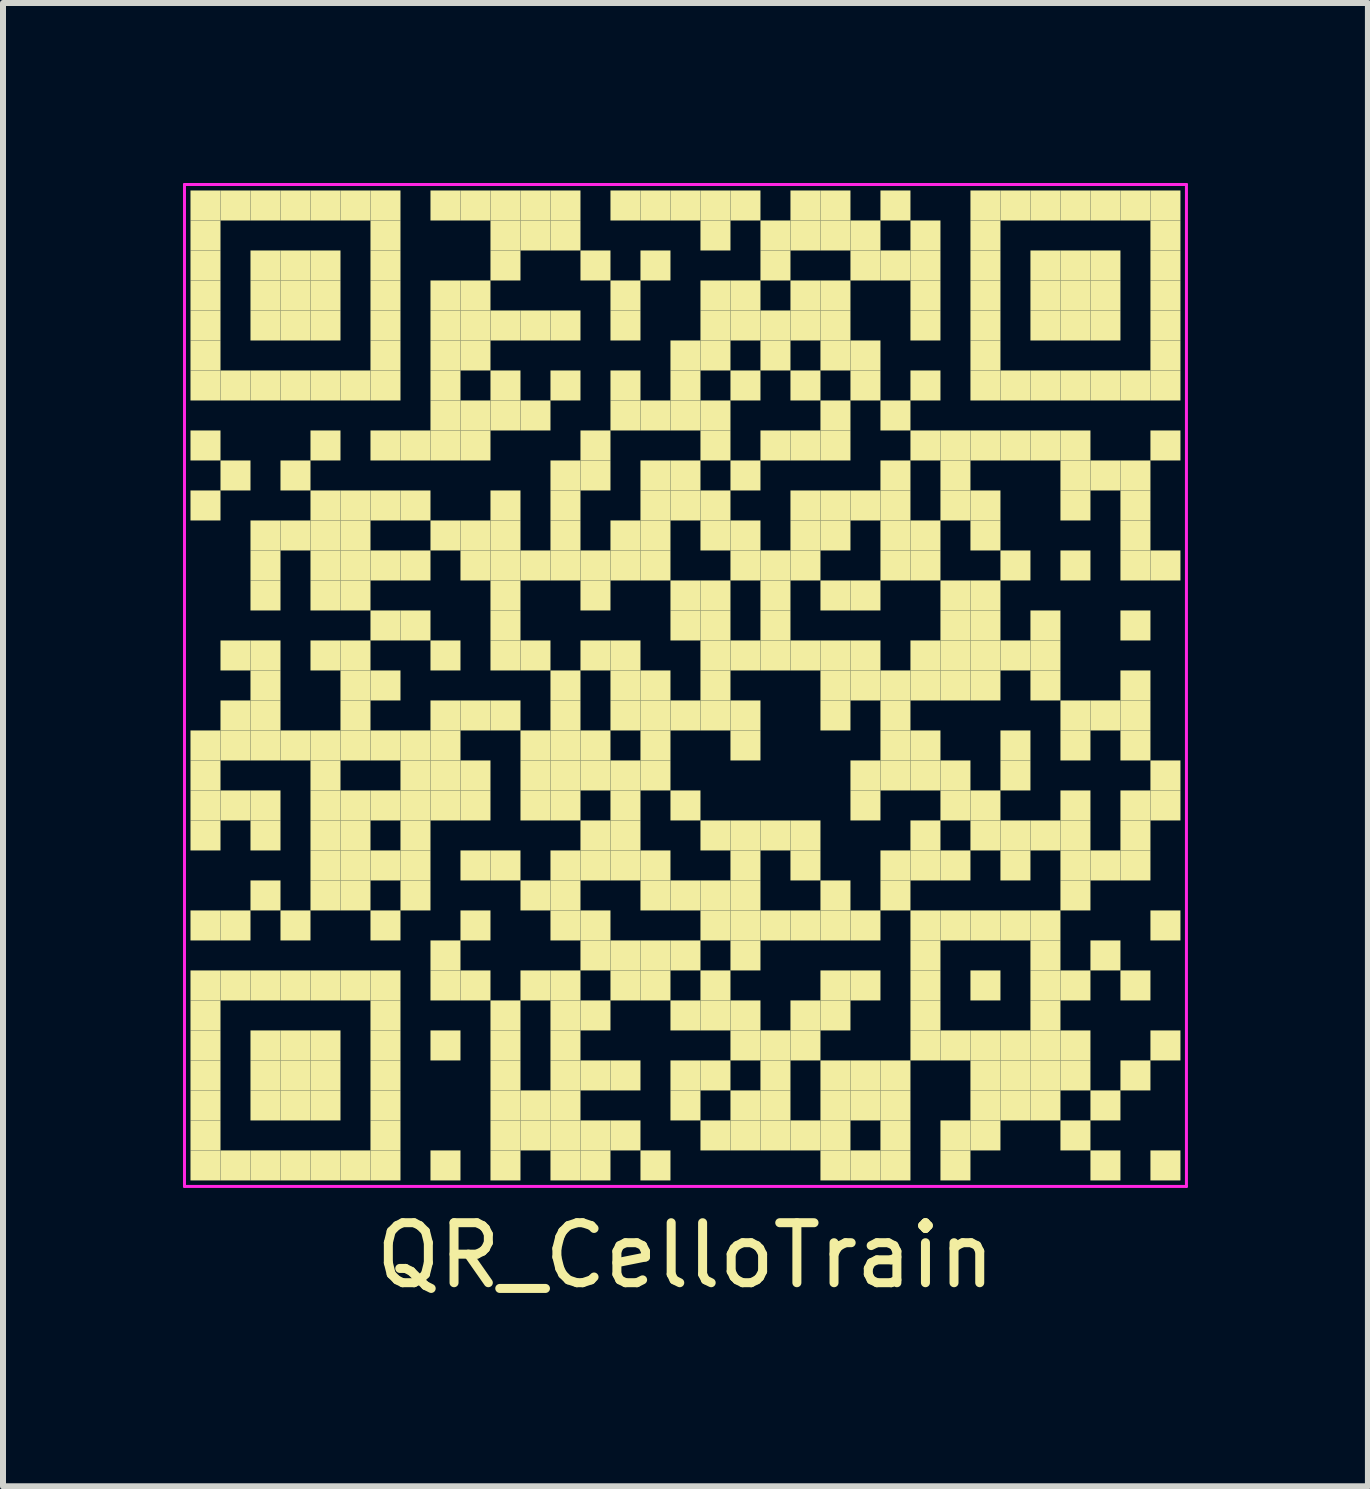
<source format=kicad_pcb>
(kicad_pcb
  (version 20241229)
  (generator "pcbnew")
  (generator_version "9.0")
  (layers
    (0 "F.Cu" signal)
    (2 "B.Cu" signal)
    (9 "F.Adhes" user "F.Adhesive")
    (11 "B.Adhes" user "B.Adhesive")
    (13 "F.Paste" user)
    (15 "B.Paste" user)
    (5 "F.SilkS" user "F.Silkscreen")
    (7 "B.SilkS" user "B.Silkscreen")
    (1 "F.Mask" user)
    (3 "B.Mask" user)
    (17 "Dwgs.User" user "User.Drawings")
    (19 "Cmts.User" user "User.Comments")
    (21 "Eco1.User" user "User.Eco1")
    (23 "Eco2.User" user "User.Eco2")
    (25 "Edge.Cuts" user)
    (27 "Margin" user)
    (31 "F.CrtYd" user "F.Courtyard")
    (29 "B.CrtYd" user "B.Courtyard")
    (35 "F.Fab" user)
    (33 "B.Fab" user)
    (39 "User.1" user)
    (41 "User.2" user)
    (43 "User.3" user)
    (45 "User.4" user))
  (footprint "QR_CelloTrain"
    (layer "F.Cu")
    (at 8.375 8.375)
    (property "Reference" "QR_CelloTrain" (at 0 9.5 0) (layer "F.SilkS") (effects (font (size 1 1) (thickness 0.15))))
    (attr through_hole)
    (fp_poly (pts (xy -7.75 -7.75) (xy -7.75 -8.25) (xy -8.25 -8.25) (xy -8.25 -7.75)) (stroke (width 0) (type solid)) (fill yes) (layer "F.SilkS"))
    (fp_poly (pts (xy -7.75 -7.25) (xy -7.75 -7.75) (xy -8.25 -7.75) (xy -8.25 -7.25)) (stroke (width 0) (type solid)) (fill yes) (layer "F.SilkS"))
    (fp_poly (pts (xy -7.75 -6.75) (xy -7.75 -7.25) (xy -8.25 -7.25) (xy -8.25 -6.75)) (stroke (width 0) (type solid)) (fill yes) (layer "F.SilkS"))
    (fp_poly (pts (xy -7.75 -6.25) (xy -7.75 -6.75) (xy -8.25 -6.75) (xy -8.25 -6.25)) (stroke (width 0) (type solid)) (fill yes) (layer "F.SilkS"))
    (fp_poly (pts (xy -7.75 -5.75) (xy -7.75 -6.25) (xy -8.25 -6.25) (xy -8.25 -5.75)) (stroke (width 0) (type solid)) (fill yes) (layer "F.SilkS"))
    (fp_poly (pts (xy -7.75 -5.25) (xy -7.75 -5.75) (xy -8.25 -5.75) (xy -8.25 -5.25)) (stroke (width 0) (type solid)) (fill yes) (layer "F.SilkS"))
    (fp_poly (pts (xy -7.75 -4.75) (xy -7.75 -5.25) (xy -8.25 -5.25) (xy -8.25 -4.75)) (stroke (width 0) (type solid)) (fill yes) (layer "F.SilkS"))
    (fp_poly (pts (xy -7.75 -3.75) (xy -7.75 -4.25) (xy -8.25 -4.25) (xy -8.25 -3.75)) (stroke (width 0) (type solid)) (fill yes) (layer "F.SilkS"))
    (fp_poly (pts (xy -7.75 -2.75) (xy -7.75 -3.25) (xy -8.25 -3.25) (xy -8.25 -2.75)) (stroke (width 0) (type solid)) (fill yes) (layer "F.SilkS"))
    (fp_poly (pts (xy -7.75 1.25) (xy -7.75 0.75) (xy -8.25 0.75) (xy -8.25 1.25)) (stroke (width 0) (type solid)) (fill yes) (layer "F.SilkS"))
    (fp_poly (pts (xy -7.75 1.75) (xy -7.75 1.25) (xy -8.25 1.25) (xy -8.25 1.75)) (stroke (width 0) (type solid)) (fill yes) (layer "F.SilkS"))
    (fp_poly (pts (xy -7.75 2.25) (xy -7.75 1.75) (xy -8.25 1.75) (xy -8.25 2.25)) (stroke (width 0) (type solid)) (fill yes) (layer "F.SilkS"))
    (fp_poly (pts (xy -7.75 2.75) (xy -7.75 2.25) (xy -8.25 2.25) (xy -8.25 2.75)) (stroke (width 0) (type solid)) (fill yes) (layer "F.SilkS"))
    (fp_poly (pts (xy -7.75 4.25) (xy -7.75 3.75) (xy -8.25 3.75) (xy -8.25 4.25)) (stroke (width 0) (type solid)) (fill yes) (layer "F.SilkS"))
    (fp_poly (pts (xy -7.75 5.25) (xy -7.75 4.75) (xy -8.25 4.75) (xy -8.25 5.25)) (stroke (width 0) (type solid)) (fill yes) (layer "F.SilkS"))
    (fp_poly (pts (xy -7.75 5.75) (xy -7.75 5.25) (xy -8.25 5.25) (xy -8.25 5.75)) (stroke (width 0) (type solid)) (fill yes) (layer "F.SilkS"))
    (fp_poly (pts (xy -7.75 6.25) (xy -7.75 5.75) (xy -8.25 5.75) (xy -8.25 6.25)) (stroke (width 0) (type solid)) (fill yes) (layer "F.SilkS"))
    (fp_poly (pts (xy -7.75 6.75) (xy -7.75 6.25) (xy -8.25 6.25) (xy -8.25 6.75)) (stroke (width 0) (type solid)) (fill yes) (layer "F.SilkS"))
    (fp_poly (pts (xy -7.75 7.25) (xy -7.75 6.75) (xy -8.25 6.75) (xy -8.25 7.25)) (stroke (width 0) (type solid)) (fill yes) (layer "F.SilkS"))
    (fp_poly (pts (xy -7.75 7.75) (xy -7.75 7.25) (xy -8.25 7.25) (xy -8.25 7.75)) (stroke (width 0) (type solid)) (fill yes) (layer "F.SilkS"))
    (fp_poly (pts (xy -7.75 8.25) (xy -7.75 7.75) (xy -8.25 7.75) (xy -8.25 8.25)) (stroke (width 0) (type solid)) (fill yes) (layer "F.SilkS"))
    (fp_poly (pts (xy -7.25 -7.75) (xy -7.25 -8.25) (xy -7.75 -8.25) (xy -7.75 -7.75)) (stroke (width 0) (type solid)) (fill yes) (layer "F.SilkS"))
    (fp_poly (pts (xy -7.25 -4.75) (xy -7.25 -5.25) (xy -7.75 -5.25) (xy -7.75 -4.75)) (stroke (width 0) (type solid)) (fill yes) (layer "F.SilkS"))
    (fp_poly (pts (xy -7.25 -3.25) (xy -7.25 -3.75) (xy -7.75 -3.75) (xy -7.75 -3.25)) (stroke (width 0) (type solid)) (fill yes) (layer "F.SilkS"))
    (fp_poly (pts (xy -7.25 -0.25) (xy -7.25 -0.75) (xy -7.75 -0.75) (xy -7.75 -0.25)) (stroke (width 0) (type solid)) (fill yes) (layer "F.SilkS"))
    (fp_poly (pts (xy -7.25 0.75) (xy -7.25 0.25) (xy -7.75 0.25) (xy -7.75 0.75)) (stroke (width 0) (type solid)) (fill yes) (layer "F.SilkS"))
    (fp_poly (pts (xy -7.25 1.25) (xy -7.25 0.75) (xy -7.75 0.75) (xy -7.75 1.25)) (stroke (width 0) (type solid)) (fill yes) (layer "F.SilkS"))
    (fp_poly (pts (xy -7.25 2.25) (xy -7.25 1.75) (xy -7.75 1.75) (xy -7.75 2.25)) (stroke (width 0) (type solid)) (fill yes) (layer "F.SilkS"))
    (fp_poly (pts (xy -7.25 4.25) (xy -7.25 3.75) (xy -7.75 3.75) (xy -7.75 4.25)) (stroke (width 0) (type solid)) (fill yes) (layer "F.SilkS"))
    (fp_poly (pts (xy -7.25 5.25) (xy -7.25 4.75) (xy -7.75 4.75) (xy -7.75 5.25)) (stroke (width 0) (type solid)) (fill yes) (layer "F.SilkS"))
    (fp_poly (pts (xy -7.25 8.25) (xy -7.25 7.75) (xy -7.75 7.75) (xy -7.75 8.25)) (stroke (width 0) (type solid)) (fill yes) (layer "F.SilkS"))
    (fp_poly (pts (xy -6.75 -7.75) (xy -6.75 -8.25) (xy -7.25 -8.25) (xy -7.25 -7.75)) (stroke (width 0) (type solid)) (fill yes) (layer "F.SilkS"))
    (fp_poly (pts (xy -6.75 -6.75) (xy -6.75 -7.25) (xy -7.25 -7.25) (xy -7.25 -6.75)) (stroke (width 0) (type solid)) (fill yes) (layer "F.SilkS"))
    (fp_poly (pts (xy -6.75 -6.25) (xy -6.75 -6.75) (xy -7.25 -6.75) (xy -7.25 -6.25)) (stroke (width 0) (type solid)) (fill yes) (layer "F.SilkS"))
    (fp_poly (pts (xy -6.75 -5.75) (xy -6.75 -6.25) (xy -7.25 -6.25) (xy -7.25 -5.75)) (stroke (width 0) (type solid)) (fill yes) (layer "F.SilkS"))
    (fp_poly (pts (xy -6.75 -4.75) (xy -6.75 -5.25) (xy -7.25 -5.25) (xy -7.25 -4.75)) (stroke (width 0) (type solid)) (fill yes) (layer "F.SilkS"))
    (fp_poly (pts (xy -6.75 -2.25) (xy -6.75 -2.75) (xy -7.25 -2.75) (xy -7.25 -2.25)) (stroke (width 0) (type solid)) (fill yes) (layer "F.SilkS"))
    (fp_poly (pts (xy -6.75 -1.75) (xy -6.75 -2.25) (xy -7.25 -2.25) (xy -7.25 -1.75)) (stroke (width 0) (type solid)) (fill yes) (layer "F.SilkS"))
    (fp_poly (pts (xy -6.75 -1.25) (xy -6.75 -1.75) (xy -7.25 -1.75) (xy -7.25 -1.25)) (stroke (width 0) (type solid)) (fill yes) (layer "F.SilkS"))
    (fp_poly (pts (xy -6.75 -0.25) (xy -6.75 -0.75) (xy -7.25 -0.75) (xy -7.25 -0.25)) (stroke (width 0) (type solid)) (fill yes) (layer "F.SilkS"))
    (fp_poly (pts (xy -6.75 0.25) (xy -6.75 -0.25) (xy -7.25 -0.25) (xy -7.25 0.25)) (stroke (width 0) (type solid)) (fill yes) (layer "F.SilkS"))
    (fp_poly (pts (xy -6.75 0.75) (xy -6.75 0.25) (xy -7.25 0.25) (xy -7.25 0.75)) (stroke (width 0) (type solid)) (fill yes) (layer "F.SilkS"))
    (fp_poly (pts (xy -6.75 1.25) (xy -6.75 0.75) (xy -7.25 0.75) (xy -7.25 1.25)) (stroke (width 0) (type solid)) (fill yes) (layer "F.SilkS"))
    (fp_poly (pts (xy -6.75 2.25) (xy -6.75 1.75) (xy -7.25 1.75) (xy -7.25 2.25)) (stroke (width 0) (type solid)) (fill yes) (layer "F.SilkS"))
    (fp_poly (pts (xy -6.75 2.75) (xy -6.75 2.25) (xy -7.25 2.25) (xy -7.25 2.75)) (stroke (width 0) (type solid)) (fill yes) (layer "F.SilkS"))
    (fp_poly (pts (xy -6.75 3.75) (xy -6.75 3.25) (xy -7.25 3.25) (xy -7.25 3.75)) (stroke (width 0) (type solid)) (fill yes) (layer "F.SilkS"))
    (fp_poly (pts (xy -6.75 5.25) (xy -6.75 4.75) (xy -7.25 4.75) (xy -7.25 5.25)) (stroke (width 0) (type solid)) (fill yes) (layer "F.SilkS"))
    (fp_poly (pts (xy -6.75 6.25) (xy -6.75 5.75) (xy -7.25 5.75) (xy -7.25 6.25)) (stroke (width 0) (type solid)) (fill yes) (layer "F.SilkS"))
    (fp_poly (pts (xy -6.75 6.75) (xy -6.75 6.25) (xy -7.25 6.25) (xy -7.25 6.75)) (stroke (width 0) (type solid)) (fill yes) (layer "F.SilkS"))
    (fp_poly (pts (xy -6.75 7.25) (xy -6.75 6.75) (xy -7.25 6.75) (xy -7.25 7.25)) (stroke (width 0) (type solid)) (fill yes) (layer "F.SilkS"))
    (fp_poly (pts (xy -6.75 8.25) (xy -6.75 7.75) (xy -7.25 7.75) (xy -7.25 8.25)) (stroke (width 0) (type solid)) (fill yes) (layer "F.SilkS"))
    (fp_poly (pts (xy -6.25 -7.75) (xy -6.25 -8.25) (xy -6.75 -8.25) (xy -6.75 -7.75)) (stroke (width 0) (type solid)) (fill yes) (layer "F.SilkS"))
    (fp_poly (pts (xy -6.25 -6.75) (xy -6.25 -7.25) (xy -6.75 -7.25) (xy -6.75 -6.75)) (stroke (width 0) (type solid)) (fill yes) (layer "F.SilkS"))
    (fp_poly (pts (xy -6.25 -6.25) (xy -6.25 -6.75) (xy -6.75 -6.75) (xy -6.75 -6.25)) (stroke (width 0) (type solid)) (fill yes) (layer "F.SilkS"))
    (fp_poly (pts (xy -6.25 -5.75) (xy -6.25 -6.25) (xy -6.75 -6.25) (xy -6.75 -5.75)) (stroke (width 0) (type solid)) (fill yes) (layer "F.SilkS"))
    (fp_poly (pts (xy -6.25 -4.75) (xy -6.25 -5.25) (xy -6.75 -5.25) (xy -6.75 -4.75)) (stroke (width 0) (type solid)) (fill yes) (layer "F.SilkS"))
    (fp_poly (pts (xy -6.25 -3.25) (xy -6.25 -3.75) (xy -6.75 -3.75) (xy -6.75 -3.25)) (stroke (width 0) (type solid)) (fill yes) (layer "F.SilkS"))
    (fp_poly (pts (xy -6.25 -2.25) (xy -6.25 -2.75) (xy -6.75 -2.75) (xy -6.75 -2.25)) (stroke (width 0) (type solid)) (fill yes) (layer "F.SilkS"))
    (fp_poly (pts (xy -6.25 1.25) (xy -6.25 0.75) (xy -6.75 0.75) (xy -6.75 1.25)) (stroke (width 0) (type solid)) (fill yes) (layer "F.SilkS"))
    (fp_poly (pts (xy -6.25 4.25) (xy -6.25 3.75) (xy -6.75 3.75) (xy -6.75 4.25)) (stroke (width 0) (type solid)) (fill yes) (layer "F.SilkS"))
    (fp_poly (pts (xy -6.25 5.25) (xy -6.25 4.75) (xy -6.75 4.75) (xy -6.75 5.25)) (stroke (width 0) (type solid)) (fill yes) (layer "F.SilkS"))
    (fp_poly (pts (xy -6.25 6.25) (xy -6.25 5.75) (xy -6.75 5.75) (xy -6.75 6.25)) (stroke (width 0) (type solid)) (fill yes) (layer "F.SilkS"))
    (fp_poly (pts (xy -6.25 6.75) (xy -6.25 6.25) (xy -6.75 6.25) (xy -6.75 6.75)) (stroke (width 0) (type solid)) (fill yes) (layer "F.SilkS"))
    (fp_poly (pts (xy -6.25 7.25) (xy -6.25 6.75) (xy -6.75 6.75) (xy -6.75 7.25)) (stroke (width 0) (type solid)) (fill yes) (layer "F.SilkS"))
    (fp_poly (pts (xy -6.25 8.25) (xy -6.25 7.75) (xy -6.75 7.75) (xy -6.75 8.25)) (stroke (width 0) (type solid)) (fill yes) (layer "F.SilkS"))
    (fp_poly (pts (xy -5.75 -7.75) (xy -5.75 -8.25) (xy -6.25 -8.25) (xy -6.25 -7.75)) (stroke (width 0) (type solid)) (fill yes) (layer "F.SilkS"))
    (fp_poly (pts (xy -5.75 -6.75) (xy -5.75 -7.25) (xy -6.25 -7.25) (xy -6.25 -6.75)) (stroke (width 0) (type solid)) (fill yes) (layer "F.SilkS"))
    (fp_poly (pts (xy -5.75 -6.25) (xy -5.75 -6.75) (xy -6.25 -6.75) (xy -6.25 -6.25)) (stroke (width 0) (type solid)) (fill yes) (layer "F.SilkS"))
    (fp_poly (pts (xy -5.75 -5.75) (xy -5.75 -6.25) (xy -6.25 -6.25) (xy -6.25 -5.75)) (stroke (width 0) (type solid)) (fill yes) (layer "F.SilkS"))
    (fp_poly (pts (xy -5.75 -4.75) (xy -5.75 -5.25) (xy -6.25 -5.25) (xy -6.25 -4.75)) (stroke (width 0) (type solid)) (fill yes) (layer "F.SilkS"))
    (fp_poly (pts (xy -5.75 -3.75) (xy -5.75 -4.25) (xy -6.25 -4.25) (xy -6.25 -3.75)) (stroke (width 0) (type solid)) (fill yes) (layer "F.SilkS"))
    (fp_poly (pts (xy -5.75 -2.75) (xy -5.75 -3.25) (xy -6.25 -3.25) (xy -6.25 -2.75)) (stroke (width 0) (type solid)) (fill yes) (layer "F.SilkS"))
    (fp_poly (pts (xy -5.75 -2.25) (xy -5.75 -2.75) (xy -6.25 -2.75) (xy -6.25 -2.25)) (stroke (width 0) (type solid)) (fill yes) (layer "F.SilkS"))
    (fp_poly (pts (xy -5.75 -1.75) (xy -5.75 -2.25) (xy -6.25 -2.25) (xy -6.25 -1.75)) (stroke (width 0) (type solid)) (fill yes) (layer "F.SilkS"))
    (fp_poly (pts (xy -5.75 -1.25) (xy -5.75 -1.75) (xy -6.25 -1.75) (xy -6.25 -1.25)) (stroke (width 0) (type solid)) (fill yes) (layer "F.SilkS"))
    (fp_poly (pts (xy -5.75 -0.25) (xy -5.75 -0.75) (xy -6.25 -0.75) (xy -6.25 -0.25)) (stroke (width 0) (type solid)) (fill yes) (layer "F.SilkS"))
    (fp_poly (pts (xy -5.75 1.25) (xy -5.75 0.75) (xy -6.25 0.75) (xy -6.25 1.25)) (stroke (width 0) (type solid)) (fill yes) (layer "F.SilkS"))
    (fp_poly (pts (xy -5.75 1.75) (xy -5.75 1.25) (xy -6.25 1.25) (xy -6.25 1.75)) (stroke (width 0) (type solid)) (fill yes) (layer "F.SilkS"))
    (fp_poly (pts (xy -5.75 2.25) (xy -5.75 1.75) (xy -6.25 1.75) (xy -6.25 2.25)) (stroke (width 0) (type solid)) (fill yes) (layer "F.SilkS"))
    (fp_poly (pts (xy -5.75 2.75) (xy -5.75 2.25) (xy -6.25 2.25) (xy -6.25 2.75)) (stroke (width 0) (type solid)) (fill yes) (layer "F.SilkS"))
    (fp_poly (pts (xy -5.75 3.25) (xy -5.75 2.75) (xy -6.25 2.75) (xy -6.25 3.25)) (stroke (width 0) (type solid)) (fill yes) (layer "F.SilkS"))
    (fp_poly (pts (xy -5.75 3.75) (xy -5.75 3.25) (xy -6.25 3.25) (xy -6.25 3.75)) (stroke (width 0) (type solid)) (fill yes) (layer "F.SilkS"))
    (fp_poly (pts (xy -5.75 5.25) (xy -5.75 4.75) (xy -6.25 4.75) (xy -6.25 5.25)) (stroke (width 0) (type solid)) (fill yes) (layer "F.SilkS"))
    (fp_poly (pts (xy -5.75 6.25) (xy -5.75 5.75) (xy -6.25 5.75) (xy -6.25 6.25)) (stroke (width 0) (type solid)) (fill yes) (layer "F.SilkS"))
    (fp_poly (pts (xy -5.75 6.75) (xy -5.75 6.25) (xy -6.25 6.25) (xy -6.25 6.75)) (stroke (width 0) (type solid)) (fill yes) (layer "F.SilkS"))
    (fp_poly (pts (xy -5.75 7.25) (xy -5.75 6.75) (xy -6.25 6.75) (xy -6.25 7.25)) (stroke (width 0) (type solid)) (fill yes) (layer "F.SilkS"))
    (fp_poly (pts (xy -5.75 8.25) (xy -5.75 7.75) (xy -6.25 7.75) (xy -6.25 8.25)) (stroke (width 0) (type solid)) (fill yes) (layer "F.SilkS"))
    (fp_poly (pts (xy -5.25 -7.75) (xy -5.25 -8.25) (xy -5.75 -8.25) (xy -5.75 -7.75)) (stroke (width 0) (type solid)) (fill yes) (layer "F.SilkS"))
    (fp_poly (pts (xy -5.25 -4.75) (xy -5.25 -5.25) (xy -5.75 -5.25) (xy -5.75 -4.75)) (stroke (width 0) (type solid)) (fill yes) (layer "F.SilkS"))
    (fp_poly (pts (xy -5.25 -2.75) (xy -5.25 -3.25) (xy -5.75 -3.25) (xy -5.75 -2.75)) (stroke (width 0) (type solid)) (fill yes) (layer "F.SilkS"))
    (fp_poly (pts (xy -5.25 -2.25) (xy -5.25 -2.75) (xy -5.75 -2.75) (xy -5.75 -2.25)) (stroke (width 0) (type solid)) (fill yes) (layer "F.SilkS"))
    (fp_poly (pts (xy -5.25 -1.75) (xy -5.25 -2.25) (xy -5.75 -2.25) (xy -5.75 -1.75)) (stroke (width 0) (type solid)) (fill yes) (layer "F.SilkS"))
    (fp_poly (pts (xy -5.25 -1.25) (xy -5.25 -1.75) (xy -5.75 -1.75) (xy -5.75 -1.25)) (stroke (width 0) (type solid)) (fill yes) (layer "F.SilkS"))
    (fp_poly (pts (xy -5.25 -0.25) (xy -5.25 -0.75) (xy -5.75 -0.75) (xy -5.75 -0.25)) (stroke (width 0) (type solid)) (fill yes) (layer "F.SilkS"))
    (fp_poly (pts (xy -5.25 0.25) (xy -5.25 -0.25) (xy -5.75 -0.25) (xy -5.75 0.25)) (stroke (width 0) (type solid)) (fill yes) (layer "F.SilkS"))
    (fp_poly (pts (xy -5.25 0.75) (xy -5.25 0.25) (xy -5.75 0.25) (xy -5.75 0.75)) (stroke (width 0) (type solid)) (fill yes) (layer "F.SilkS"))
    (fp_poly (pts (xy -5.25 1.25) (xy -5.25 0.75) (xy -5.75 0.75) (xy -5.75 1.25)) (stroke (width 0) (type solid)) (fill yes) (layer "F.SilkS"))
    (fp_poly (pts (xy -5.25 2.25) (xy -5.25 1.75) (xy -5.75 1.75) (xy -5.75 2.25)) (stroke (width 0) (type solid)) (fill yes) (layer "F.SilkS"))
    (fp_poly (pts (xy -5.25 2.75) (xy -5.25 2.25) (xy -5.75 2.25) (xy -5.75 2.75)) (stroke (width 0) (type solid)) (fill yes) (layer "F.SilkS"))
    (fp_poly (pts (xy -5.25 3.25) (xy -5.25 2.75) (xy -5.75 2.75) (xy -5.75 3.25)) (stroke (width 0) (type solid)) (fill yes) (layer "F.SilkS"))
    (fp_poly (pts (xy -5.25 3.75) (xy -5.25 3.25) (xy -5.75 3.25) (xy -5.75 3.75)) (stroke (width 0) (type solid)) (fill yes) (layer "F.SilkS"))
    (fp_poly (pts (xy -5.25 5.25) (xy -5.25 4.75) (xy -5.75 4.75) (xy -5.75 5.25)) (stroke (width 0) (type solid)) (fill yes) (layer "F.SilkS"))
    (fp_poly (pts (xy -5.25 8.25) (xy -5.25 7.75) (xy -5.75 7.75) (xy -5.75 8.25)) (stroke (width 0) (type solid)) (fill yes) (layer "F.SilkS"))
    (fp_poly (pts (xy -4.75 -7.75) (xy -4.75 -8.25) (xy -5.25 -8.25) (xy -5.25 -7.75)) (stroke (width 0) (type solid)) (fill yes) (layer "F.SilkS"))
    (fp_poly (pts (xy -4.75 -7.25) (xy -4.75 -7.75) (xy -5.25 -7.75) (xy -5.25 -7.25)) (stroke (width 0) (type solid)) (fill yes) (layer "F.SilkS"))
    (fp_poly (pts (xy -4.75 -6.75) (xy -4.75 -7.25) (xy -5.25 -7.25) (xy -5.25 -6.75)) (stroke (width 0) (type solid)) (fill yes) (layer "F.SilkS"))
    (fp_poly (pts (xy -4.75 -6.25) (xy -4.75 -6.75) (xy -5.25 -6.75) (xy -5.25 -6.25)) (stroke (width 0) (type solid)) (fill yes) (layer "F.SilkS"))
    (fp_poly (pts (xy -4.75 -5.75) (xy -4.75 -6.25) (xy -5.25 -6.25) (xy -5.25 -5.75)) (stroke (width 0) (type solid)) (fill yes) (layer "F.SilkS"))
    (fp_poly (pts (xy -4.75 -5.25) (xy -4.75 -5.75) (xy -5.25 -5.75) (xy -5.25 -5.25)) (stroke (width 0) (type solid)) (fill yes) (layer "F.SilkS"))
    (fp_poly (pts (xy -4.75 -4.75) (xy -4.75 -5.25) (xy -5.25 -5.25) (xy -5.25 -4.75)) (stroke (width 0) (type solid)) (fill yes) (layer "F.SilkS"))
    (fp_poly (pts (xy -4.75 -3.75) (xy -4.75 -4.25) (xy -5.25 -4.25) (xy -5.25 -3.75)) (stroke (width 0) (type solid)) (fill yes) (layer "F.SilkS"))
    (fp_poly (pts (xy -4.75 -2.75) (xy -4.75 -3.25) (xy -5.25 -3.25) (xy -5.25 -2.75)) (stroke (width 0) (type solid)) (fill yes) (layer "F.SilkS"))
    (fp_poly (pts (xy -4.75 -1.75) (xy -4.75 -2.25) (xy -5.25 -2.25) (xy -5.25 -1.75)) (stroke (width 0) (type solid)) (fill yes) (layer "F.SilkS"))
    (fp_poly (pts (xy -4.75 -0.75) (xy -4.75 -1.25) (xy -5.25 -1.25) (xy -5.25 -0.75)) (stroke (width 0) (type solid)) (fill yes) (layer "F.SilkS"))
    (fp_poly (pts (xy -4.75 0.25) (xy -4.75 -0.25) (xy -5.25 -0.25) (xy -5.25 0.25)) (stroke (width 0) (type solid)) (fill yes) (layer "F.SilkS"))
    (fp_poly (pts (xy -4.75 1.25) (xy -4.75 0.75) (xy -5.25 0.75) (xy -5.25 1.25)) (stroke (width 0) (type solid)) (fill yes) (layer "F.SilkS"))
    (fp_poly (pts (xy -4.75 2.25) (xy -4.75 1.75) (xy -5.25 1.75) (xy -5.25 2.25)) (stroke (width 0) (type solid)) (fill yes) (layer "F.SilkS"))
    (fp_poly (pts (xy -4.75 3.25) (xy -4.75 2.75) (xy -5.25 2.75) (xy -5.25 3.25)) (stroke (width 0) (type solid)) (fill yes) (layer "F.SilkS"))
    (fp_poly (pts (xy -4.75 4.25) (xy -4.75 3.75) (xy -5.25 3.75) (xy -5.25 4.25)) (stroke (width 0) (type solid)) (fill yes) (layer "F.SilkS"))
    (fp_poly (pts (xy -4.75 5.25) (xy -4.75 4.75) (xy -5.25 4.75) (xy -5.25 5.25)) (stroke (width 0) (type solid)) (fill yes) (layer "F.SilkS"))
    (fp_poly (pts (xy -4.75 5.75) (xy -4.75 5.25) (xy -5.25 5.25) (xy -5.25 5.75)) (stroke (width 0) (type solid)) (fill yes) (layer "F.SilkS"))
    (fp_poly (pts (xy -4.75 6.25) (xy -4.75 5.75) (xy -5.25 5.75) (xy -5.25 6.25)) (stroke (width 0) (type solid)) (fill yes) (layer "F.SilkS"))
    (fp_poly (pts (xy -4.75 6.75) (xy -4.75 6.25) (xy -5.25 6.25) (xy -5.25 6.75)) (stroke (width 0) (type solid)) (fill yes) (layer "F.SilkS"))
    (fp_poly (pts (xy -4.75 7.25) (xy -4.75 6.75) (xy -5.25 6.75) (xy -5.25 7.25)) (stroke (width 0) (type solid)) (fill yes) (layer "F.SilkS"))
    (fp_poly (pts (xy -4.75 7.75) (xy -4.75 7.25) (xy -5.25 7.25) (xy -5.25 7.75)) (stroke (width 0) (type solid)) (fill yes) (layer "F.SilkS"))
    (fp_poly (pts (xy -4.75 8.25) (xy -4.75 7.75) (xy -5.25 7.75) (xy -5.25 8.25)) (stroke (width 0) (type solid)) (fill yes) (layer "F.SilkS"))
    (fp_poly (pts (xy -4.25 -3.75) (xy -4.25 -4.25) (xy -4.75 -4.25) (xy -4.75 -3.75)) (stroke (width 0) (type solid)) (fill yes) (layer "F.SilkS"))
    (fp_poly (pts (xy -4.25 -2.75) (xy -4.25 -3.25) (xy -4.75 -3.25) (xy -4.75 -2.75)) (stroke (width 0) (type solid)) (fill yes) (layer "F.SilkS"))
    (fp_poly (pts (xy -4.25 -1.75) (xy -4.25 -2.25) (xy -4.75 -2.25) (xy -4.75 -1.75)) (stroke (width 0) (type solid)) (fill yes) (layer "F.SilkS"))
    (fp_poly (pts (xy -4.25 -0.75) (xy -4.25 -1.25) (xy -4.75 -1.25) (xy -4.75 -0.75)) (stroke (width 0) (type solid)) (fill yes) (layer "F.SilkS"))
    (fp_poly (pts (xy -4.25 1.25) (xy -4.25 0.75) (xy -4.75 0.75) (xy -4.75 1.25)) (stroke (width 0) (type solid)) (fill yes) (layer "F.SilkS"))
    (fp_poly (pts (xy -4.25 1.75) (xy -4.25 1.25) (xy -4.75 1.25) (xy -4.75 1.75)) (stroke (width 0) (type solid)) (fill yes) (layer "F.SilkS"))
    (fp_poly (pts (xy -4.25 2.25) (xy -4.25 1.75) (xy -4.75 1.75) (xy -4.75 2.25)) (stroke (width 0) (type solid)) (fill yes) (layer "F.SilkS"))
    (fp_poly (pts (xy -4.25 2.75) (xy -4.25 2.25) (xy -4.75 2.25) (xy -4.75 2.75)) (stroke (width 0) (type solid)) (fill yes) (layer "F.SilkS"))
    (fp_poly (pts (xy -4.25 3.25) (xy -4.25 2.75) (xy -4.75 2.75) (xy -4.75 3.25)) (stroke (width 0) (type solid)) (fill yes) (layer "F.SilkS"))
    (fp_poly (pts (xy -4.25 3.75) (xy -4.25 3.25) (xy -4.75 3.25) (xy -4.75 3.75)) (stroke (width 0) (type solid)) (fill yes) (layer "F.SilkS"))
    (fp_poly (pts (xy -3.75 -7.75) (xy -3.75 -8.25) (xy -4.25 -8.25) (xy -4.25 -7.75)) (stroke (width 0) (type solid)) (fill yes) (layer "F.SilkS"))
    (fp_poly (pts (xy -3.75 -6.25) (xy -3.75 -6.75) (xy -4.25 -6.75) (xy -4.25 -6.25)) (stroke (width 0) (type solid)) (fill yes) (layer "F.SilkS"))
    (fp_poly (pts (xy -3.75 -5.75) (xy -3.75 -6.25) (xy -4.25 -6.25) (xy -4.25 -5.75)) (stroke (width 0) (type solid)) (fill yes) (layer "F.SilkS"))
    (fp_poly (pts (xy -3.75 -5.25) (xy -3.75 -5.75) (xy -4.25 -5.75) (xy -4.25 -5.25)) (stroke (width 0) (type solid)) (fill yes) (layer "F.SilkS"))
    (fp_poly (pts (xy -3.75 -4.75) (xy -3.75 -5.25) (xy -4.25 -5.25) (xy -4.25 -4.75)) (stroke (width 0) (type solid)) (fill yes) (layer "F.SilkS"))
    (fp_poly (pts (xy -3.75 -4.25) (xy -3.75 -4.75) (xy -4.25 -4.75) (xy -4.25 -4.25)) (stroke (width 0) (type solid)) (fill yes) (layer "F.SilkS"))
    (fp_poly (pts (xy -3.75 -3.75) (xy -3.75 -4.25) (xy -4.25 -4.25) (xy -4.25 -3.75)) (stroke (width 0) (type solid)) (fill yes) (layer "F.SilkS"))
    (fp_poly (pts (xy -3.75 -2.25) (xy -3.75 -2.75) (xy -4.25 -2.75) (xy -4.25 -2.25)) (stroke (width 0) (type solid)) (fill yes) (layer "F.SilkS"))
    (fp_poly (pts (xy -3.75 -0.25) (xy -3.75 -0.75) (xy -4.25 -0.75) (xy -4.25 -0.25)) (stroke (width 0) (type solid)) (fill yes) (layer "F.SilkS"))
    (fp_poly (pts (xy -3.75 0.75) (xy -3.75 0.25) (xy -4.25 0.25) (xy -4.25 0.75)) (stroke (width 0) (type solid)) (fill yes) (layer "F.SilkS"))
    (fp_poly (pts (xy -3.75 1.25) (xy -3.75 0.75) (xy -4.25 0.75) (xy -4.25 1.25)) (stroke (width 0) (type solid)) (fill yes) (layer "F.SilkS"))
    (fp_poly (pts (xy -3.75 1.75) (xy -3.75 1.25) (xy -4.25 1.25) (xy -4.25 1.75)) (stroke (width 0) (type solid)) (fill yes) (layer "F.SilkS"))
    (fp_poly (pts (xy -3.75 2.25) (xy -3.75 1.75) (xy -4.25 1.75) (xy -4.25 2.25)) (stroke (width 0) (type solid)) (fill yes) (layer "F.SilkS"))
    (fp_poly (pts (xy -3.75 4.75) (xy -3.75 4.25) (xy -4.25 4.25) (xy -4.25 4.75)) (stroke (width 0) (type solid)) (fill yes) (layer "F.SilkS"))
    (fp_poly (pts (xy -3.75 5.25) (xy -3.75 4.75) (xy -4.25 4.75) (xy -4.25 5.25)) (stroke (width 0) (type solid)) (fill yes) (layer "F.SilkS"))
    (fp_poly (pts (xy -3.75 6.25) (xy -3.75 5.75) (xy -4.25 5.75) (xy -4.25 6.25)) (stroke (width 0) (type solid)) (fill yes) (layer "F.SilkS"))
    (fp_poly (pts (xy -3.75 8.25) (xy -3.75 7.75) (xy -4.25 7.75) (xy -4.25 8.25)) (stroke (width 0) (type solid)) (fill yes) (layer "F.SilkS"))
    (fp_poly (pts (xy -3.25 -7.75) (xy -3.25 -8.25) (xy -3.75 -8.25) (xy -3.75 -7.75)) (stroke (width 0) (type solid)) (fill yes) (layer "F.SilkS"))
    (fp_poly (pts (xy -3.25 -6.25) (xy -3.25 -6.75) (xy -3.75 -6.75) (xy -3.75 -6.25)) (stroke (width 0) (type solid)) (fill yes) (layer "F.SilkS"))
    (fp_poly (pts (xy -3.25 -5.75) (xy -3.25 -6.25) (xy -3.75 -6.25) (xy -3.75 -5.75)) (stroke (width 0) (type solid)) (fill yes) (layer "F.SilkS"))
    (fp_poly (pts (xy -3.25 -5.25) (xy -3.25 -5.75) (xy -3.75 -5.75) (xy -3.75 -5.25)) (stroke (width 0) (type solid)) (fill yes) (layer "F.SilkS"))
    (fp_poly (pts (xy -3.25 -4.25) (xy -3.25 -4.75) (xy -3.75 -4.75) (xy -3.75 -4.25)) (stroke (width 0) (type solid)) (fill yes) (layer "F.SilkS"))
    (fp_poly (pts (xy -3.25 -3.75) (xy -3.25 -4.25) (xy -3.75 -4.25) (xy -3.75 -3.75)) (stroke (width 0) (type solid)) (fill yes) (layer "F.SilkS"))
    (fp_poly (pts (xy -3.25 -2.25) (xy -3.25 -2.75) (xy -3.75 -2.75) (xy -3.75 -2.25)) (stroke (width 0) (type solid)) (fill yes) (layer "F.SilkS"))
    (fp_poly (pts (xy -3.25 -1.75) (xy -3.25 -2.25) (xy -3.75 -2.25) (xy -3.75 -1.75)) (stroke (width 0) (type solid)) (fill yes) (layer "F.SilkS"))
    (fp_poly (pts (xy -3.25 0.75) (xy -3.25 0.25) (xy -3.75 0.25) (xy -3.75 0.75)) (stroke (width 0) (type solid)) (fill yes) (layer "F.SilkS"))
    (fp_poly (pts (xy -3.25 1.75) (xy -3.25 1.25) (xy -3.75 1.25) (xy -3.75 1.75)) (stroke (width 0) (type solid)) (fill yes) (layer "F.SilkS"))
    (fp_poly (pts (xy -3.25 2.25) (xy -3.25 1.75) (xy -3.75 1.75) (xy -3.75 2.25)) (stroke (width 0) (type solid)) (fill yes) (layer "F.SilkS"))
    (fp_poly (pts (xy -3.25 3.25) (xy -3.25 2.75) (xy -3.75 2.75) (xy -3.75 3.25)) (stroke (width 0) (type solid)) (fill yes) (layer "F.SilkS"))
    (fp_poly (pts (xy -3.25 4.25) (xy -3.25 3.75) (xy -3.75 3.75) (xy -3.75 4.25)) (stroke (width 0) (type solid)) (fill yes) (layer "F.SilkS"))
    (fp_poly (pts (xy -3.25 5.25) (xy -3.25 4.75) (xy -3.75 4.75) (xy -3.75 5.25)) (stroke (width 0) (type solid)) (fill yes) (layer "F.SilkS"))
    (fp_poly (pts (xy -2.75 -7.75) (xy -2.75 -8.25) (xy -3.25 -8.25) (xy -3.25 -7.75)) (stroke (width 0) (type solid)) (fill yes) (layer "F.SilkS"))
    (fp_poly (pts (xy -2.75 -7.25) (xy -2.75 -7.75) (xy -3.25 -7.75) (xy -3.25 -7.25)) (stroke (width 0) (type solid)) (fill yes) (layer "F.SilkS"))
    (fp_poly (pts (xy -2.75 -6.75) (xy -2.75 -7.25) (xy -3.25 -7.25) (xy -3.25 -6.75)) (stroke (width 0) (type solid)) (fill yes) (layer "F.SilkS"))
    (fp_poly (pts (xy -2.75 -5.75) (xy -2.75 -6.25) (xy -3.25 -6.25) (xy -3.25 -5.75)) (stroke (width 0) (type solid)) (fill yes) (layer "F.SilkS"))
    (fp_poly (pts (xy -2.75 -4.75) (xy -2.75 -5.25) (xy -3.25 -5.25) (xy -3.25 -4.75)) (stroke (width 0) (type solid)) (fill yes) (layer "F.SilkS"))
    (fp_poly (pts (xy -2.75 -4.25) (xy -2.75 -4.75) (xy -3.25 -4.75) (xy -3.25 -4.25)) (stroke (width 0) (type solid)) (fill yes) (layer "F.SilkS"))
    (fp_poly (pts (xy -2.75 -2.75) (xy -2.75 -3.25) (xy -3.25 -3.25) (xy -3.25 -2.75)) (stroke (width 0) (type solid)) (fill yes) (layer "F.SilkS"))
    (fp_poly (pts (xy -2.75 -2.25) (xy -2.75 -2.75) (xy -3.25 -2.75) (xy -3.25 -2.25)) (stroke (width 0) (type solid)) (fill yes) (layer "F.SilkS"))
    (fp_poly (pts (xy -2.75 -1.75) (xy -2.75 -2.25) (xy -3.25 -2.25) (xy -3.25 -1.75)) (stroke (width 0) (type solid)) (fill yes) (layer "F.SilkS"))
    (fp_poly (pts (xy -2.75 -1.25) (xy -2.75 -1.75) (xy -3.25 -1.75) (xy -3.25 -1.25)) (stroke (width 0) (type solid)) (fill yes) (layer "F.SilkS"))
    (fp_poly (pts (xy -2.75 -0.75) (xy -2.75 -1.25) (xy -3.25 -1.25) (xy -3.25 -0.75)) (stroke (width 0) (type solid)) (fill yes) (layer "F.SilkS"))
    (fp_poly (pts (xy -2.75 -0.25) (xy -2.75 -0.75) (xy -3.25 -0.75) (xy -3.25 -0.25)) (stroke (width 0) (type solid)) (fill yes) (layer "F.SilkS"))
    (fp_poly (pts (xy -2.75 0.75) (xy -2.75 0.25) (xy -3.25 0.25) (xy -3.25 0.75)) (stroke (width 0) (type solid)) (fill yes) (layer "F.SilkS"))
    (fp_poly (pts (xy -2.75 3.25) (xy -2.75 2.75) (xy -3.25 2.75) (xy -3.25 3.25)) (stroke (width 0) (type solid)) (fill yes) (layer "F.SilkS"))
    (fp_poly (pts (xy -2.75 5.75) (xy -2.75 5.25) (xy -3.25 5.25) (xy -3.25 5.75)) (stroke (width 0) (type solid)) (fill yes) (layer "F.SilkS"))
    (fp_poly (pts (xy -2.75 6.25) (xy -2.75 5.75) (xy -3.25 5.75) (xy -3.25 6.25)) (stroke (width 0) (type solid)) (fill yes) (layer "F.SilkS"))
    (fp_poly (pts (xy -2.75 6.75) (xy -2.75 6.25) (xy -3.25 6.25) (xy -3.25 6.75)) (stroke (width 0) (type solid)) (fill yes) (layer "F.SilkS"))
    (fp_poly (pts (xy -2.75 7.25) (xy -2.75 6.75) (xy -3.25 6.75) (xy -3.25 7.25)) (stroke (width 0) (type solid)) (fill yes) (layer "F.SilkS"))
    (fp_poly (pts (xy -2.75 7.75) (xy -2.75 7.25) (xy -3.25 7.25) (xy -3.25 7.75)) (stroke (width 0) (type solid)) (fill yes) (layer "F.SilkS"))
    (fp_poly (pts (xy -2.75 8.25) (xy -2.75 7.75) (xy -3.25 7.75) (xy -3.25 8.25)) (stroke (width 0) (type solid)) (fill yes) (layer "F.SilkS"))
    (fp_poly (pts (xy -2.25 -7.75) (xy -2.25 -8.25) (xy -2.75 -8.25) (xy -2.75 -7.75)) (stroke (width 0) (type solid)) (fill yes) (layer "F.SilkS"))
    (fp_poly (pts (xy -2.25 -7.25) (xy -2.25 -7.75) (xy -2.75 -7.75) (xy -2.75 -7.25)) (stroke (width 0) (type solid)) (fill yes) (layer "F.SilkS"))
    (fp_poly (pts (xy -2.25 -5.75) (xy -2.25 -6.25) (xy -2.75 -6.25) (xy -2.75 -5.75)) (stroke (width 0) (type solid)) (fill yes) (layer "F.SilkS"))
    (fp_poly (pts (xy -2.25 -4.25) (xy -2.25 -4.75) (xy -2.75 -4.75) (xy -2.75 -4.25)) (stroke (width 0) (type solid)) (fill yes) (layer "F.SilkS"))
    (fp_poly (pts (xy -2.25 -1.75) (xy -2.25 -2.25) (xy -2.75 -2.25) (xy -2.75 -1.75)) (stroke (width 0) (type solid)) (fill yes) (layer "F.SilkS"))
    (fp_poly (pts (xy -2.25 -0.25) (xy -2.25 -0.75) (xy -2.75 -0.75) (xy -2.75 -0.25)) (stroke (width 0) (type solid)) (fill yes) (layer "F.SilkS"))
    (fp_poly (pts (xy -2.25 1.25) (xy -2.25 0.75) (xy -2.75 0.75) (xy -2.75 1.25)) (stroke (width 0) (type solid)) (fill yes) (layer "F.SilkS"))
    (fp_poly (pts (xy -2.25 1.75) (xy -2.25 1.25) (xy -2.75 1.25) (xy -2.75 1.75)) (stroke (width 0) (type solid)) (fill yes) (layer "F.SilkS"))
    (fp_poly (pts (xy -2.25 2.25) (xy -2.25 1.75) (xy -2.75 1.75) (xy -2.75 2.25)) (stroke (width 0) (type solid)) (fill yes) (layer "F.SilkS"))
    (fp_poly (pts (xy -2.25 3.75) (xy -2.25 3.25) (xy -2.75 3.25) (xy -2.75 3.75)) (stroke (width 0) (type solid)) (fill yes) (layer "F.SilkS"))
    (fp_poly (pts (xy -2.25 5.25) (xy -2.25 4.75) (xy -2.75 4.75) (xy -2.75 5.25)) (stroke (width 0) (type solid)) (fill yes) (layer "F.SilkS"))
    (fp_poly (pts (xy -2.25 7.25) (xy -2.25 6.75) (xy -2.75 6.75) (xy -2.75 7.25)) (stroke (width 0) (type solid)) (fill yes) (layer "F.SilkS"))
    (fp_poly (pts (xy -2.25 7.75) (xy -2.25 7.25) (xy -2.75 7.25) (xy -2.75 7.75)) (stroke (width 0) (type solid)) (fill yes) (layer "F.SilkS"))
    (fp_poly (pts (xy -1.75 -7.75) (xy -1.75 -8.25) (xy -2.25 -8.25) (xy -2.25 -7.75)) (stroke (width 0) (type solid)) (fill yes) (layer "F.SilkS"))
    (fp_poly (pts (xy -1.75 -7.25) (xy -1.75 -7.75) (xy -2.25 -7.75) (xy -2.25 -7.25)) (stroke (width 0) (type solid)) (fill yes) (layer "F.SilkS"))
    (fp_poly (pts (xy -1.75 -5.75) (xy -1.75 -6.25) (xy -2.25 -6.25) (xy -2.25 -5.75)) (stroke (width 0) (type solid)) (fill yes) (layer "F.SilkS"))
    (fp_poly (pts (xy -1.75 -4.75) (xy -1.75 -5.25) (xy -2.25 -5.25) (xy -2.25 -4.75)) (stroke (width 0) (type solid)) (fill yes) (layer "F.SilkS"))
    (fp_poly (pts (xy -1.75 -3.25) (xy -1.75 -3.75) (xy -2.25 -3.75) (xy -2.25 -3.25)) (stroke (width 0) (type solid)) (fill yes) (layer "F.SilkS"))
    (fp_poly (pts (xy -1.75 -2.75) (xy -1.75 -3.25) (xy -2.25 -3.25) (xy -2.25 -2.75)) (stroke (width 0) (type solid)) (fill yes) (layer "F.SilkS"))
    (fp_poly (pts (xy -1.75 -2.25) (xy -1.75 -2.75) (xy -2.25 -2.75) (xy -2.25 -2.25)) (stroke (width 0) (type solid)) (fill yes) (layer "F.SilkS"))
    (fp_poly (pts (xy -1.75 -1.75) (xy -1.75 -2.25) (xy -2.25 -2.25) (xy -2.25 -1.75)) (stroke (width 0) (type solid)) (fill yes) (layer "F.SilkS"))
    (fp_poly (pts (xy -1.75 0.25) (xy -1.75 -0.25) (xy -2.25 -0.25) (xy -2.25 0.25)) (stroke (width 0) (type solid)) (fill yes) (layer "F.SilkS"))
    (fp_poly (pts (xy -1.75 0.75) (xy -1.75 0.25) (xy -2.25 0.25) (xy -2.25 0.75)) (stroke (width 0) (type solid)) (fill yes) (layer "F.SilkS"))
    (fp_poly (pts (xy -1.75 1.25) (xy -1.75 0.75) (xy -2.25 0.75) (xy -2.25 1.25)) (stroke (width 0) (type solid)) (fill yes) (layer "F.SilkS"))
    (fp_poly (pts (xy -1.75 1.75) (xy -1.75 1.25) (xy -2.25 1.25) (xy -2.25 1.75)) (stroke (width 0) (type solid)) (fill yes) (layer "F.SilkS"))
    (fp_poly (pts (xy -1.75 2.25) (xy -1.75 1.75) (xy -2.25 1.75) (xy -2.25 2.25)) (stroke (width 0) (type solid)) (fill yes) (layer "F.SilkS"))
    (fp_poly (pts (xy -1.75 3.25) (xy -1.75 2.75) (xy -2.25 2.75) (xy -2.25 3.25)) (stroke (width 0) (type solid)) (fill yes) (layer "F.SilkS"))
    (fp_poly (pts (xy -1.75 3.75) (xy -1.75 3.25) (xy -2.25 3.25) (xy -2.25 3.75)) (stroke (width 0) (type solid)) (fill yes) (layer "F.SilkS"))
    (fp_poly (pts (xy -1.75 4.25) (xy -1.75 3.75) (xy -2.25 3.75) (xy -2.25 4.25)) (stroke (width 0) (type solid)) (fill yes) (layer "F.SilkS"))
    (fp_poly (pts (xy -1.75 5.25) (xy -1.75 4.75) (xy -2.25 4.75) (xy -2.25 5.25)) (stroke (width 0) (type solid)) (fill yes) (layer "F.SilkS"))
    (fp_poly (pts (xy -1.75 5.75) (xy -1.75 5.25) (xy -2.25 5.25) (xy -2.25 5.75)) (stroke (width 0) (type solid)) (fill yes) (layer "F.SilkS"))
    (fp_poly (pts (xy -1.75 6.25) (xy -1.75 5.75) (xy -2.25 5.75) (xy -2.25 6.25)) (stroke (width 0) (type solid)) (fill yes) (layer "F.SilkS"))
    (fp_poly (pts (xy -1.75 6.75) (xy -1.75 6.25) (xy -2.25 6.25) (xy -2.25 6.75)) (stroke (width 0) (type solid)) (fill yes) (layer "F.SilkS"))
    (fp_poly (pts (xy -1.75 7.25) (xy -1.75 6.75) (xy -2.25 6.75) (xy -2.25 7.25)) (stroke (width 0) (type solid)) (fill yes) (layer "F.SilkS"))
    (fp_poly (pts (xy -1.75 7.75) (xy -1.75 7.25) (xy -2.25 7.25) (xy -2.25 7.75)) (stroke (width 0) (type solid)) (fill yes) (layer "F.SilkS"))
    (fp_poly (pts (xy -1.75 8.25) (xy -1.75 7.75) (xy -2.25 7.75) (xy -2.25 8.25)) (stroke (width 0) (type solid)) (fill yes) (layer "F.SilkS"))
    (fp_poly (pts (xy -1.25 -6.75) (xy -1.25 -7.25) (xy -1.75 -7.25) (xy -1.75 -6.75)) (stroke (width 0) (type solid)) (fill yes) (layer "F.SilkS"))
    (fp_poly (pts (xy -1.25 -3.75) (xy -1.25 -4.25) (xy -1.75 -4.25) (xy -1.75 -3.75)) (stroke (width 0) (type solid)) (fill yes) (layer "F.SilkS"))
    (fp_poly (pts (xy -1.25 -3.25) (xy -1.25 -3.75) (xy -1.75 -3.75) (xy -1.75 -3.25)) (stroke (width 0) (type solid)) (fill yes) (layer "F.SilkS"))
    (fp_poly (pts (xy -1.25 -1.75) (xy -1.25 -2.25) (xy -1.75 -2.25) (xy -1.75 -1.75)) (stroke (width 0) (type solid)) (fill yes) (layer "F.SilkS"))
    (fp_poly (pts (xy -1.25 -1.25) (xy -1.25 -1.75) (xy -1.75 -1.75) (xy -1.75 -1.25)) (stroke (width 0) (type solid)) (fill yes) (layer "F.SilkS"))
    (fp_poly (pts (xy -1.25 -0.25) (xy -1.25 -0.75) (xy -1.75 -0.75) (xy -1.75 -0.25)) (stroke (width 0) (type solid)) (fill yes) (layer "F.SilkS"))
    (fp_poly (pts (xy -1.25 1.25) (xy -1.25 0.75) (xy -1.75 0.75) (xy -1.75 1.25)) (stroke (width 0) (type solid)) (fill yes) (layer "F.SilkS"))
    (fp_poly (pts (xy -1.25 1.75) (xy -1.25 1.25) (xy -1.75 1.25) (xy -1.75 1.75)) (stroke (width 0) (type solid)) (fill yes) (layer "F.SilkS"))
    (fp_poly (pts (xy -1.25 2.75) (xy -1.25 2.25) (xy -1.75 2.25) (xy -1.75 2.75)) (stroke (width 0) (type solid)) (fill yes) (layer "F.SilkS"))
    (fp_poly (pts (xy -1.25 3.25) (xy -1.25 2.75) (xy -1.75 2.75) (xy -1.75 3.25)) (stroke (width 0) (type solid)) (fill yes) (layer "F.SilkS"))
    (fp_poly (pts (xy -1.25 4.25) (xy -1.25 3.75) (xy -1.75 3.75) (xy -1.75 4.25)) (stroke (width 0) (type solid)) (fill yes) (layer "F.SilkS"))
    (fp_poly (pts (xy -1.25 4.75) (xy -1.25 4.25) (xy -1.75 4.25) (xy -1.75 4.75)) (stroke (width 0) (type solid)) (fill yes) (layer "F.SilkS"))
    (fp_poly (pts (xy -1.25 5.75) (xy -1.25 5.25) (xy -1.75 5.25) (xy -1.75 5.75)) (stroke (width 0) (type solid)) (fill yes) (layer "F.SilkS"))
    (fp_poly (pts (xy -1.25 6.75) (xy -1.25 6.25) (xy -1.75 6.25) (xy -1.75 6.75)) (stroke (width 0) (type solid)) (fill yes) (layer "F.SilkS"))
    (fp_poly (pts (xy -1.25 7.75) (xy -1.25 7.25) (xy -1.75 7.25) (xy -1.75 7.75)) (stroke (width 0) (type solid)) (fill yes) (layer "F.SilkS"))
    (fp_poly (pts (xy -1.25 8.25) (xy -1.25 7.75) (xy -1.75 7.75) (xy -1.75 8.25)) (stroke (width 0) (type solid)) (fill yes) (layer "F.SilkS"))
    (fp_poly (pts (xy -0.75 -7.75) (xy -0.75 -8.25) (xy -1.25 -8.25) (xy -1.25 -7.75)) (stroke (width 0) (type solid)) (fill yes) (layer "F.SilkS"))
    (fp_poly (pts (xy -0.75 -6.25) (xy -0.75 -6.75) (xy -1.25 -6.75) (xy -1.25 -6.25)) (stroke (width 0) (type solid)) (fill yes) (layer "F.SilkS"))
    (fp_poly (pts (xy -0.75 -5.75) (xy -0.75 -6.25) (xy -1.25 -6.25) (xy -1.25 -5.75)) (stroke (width 0) (type solid)) (fill yes) (layer "F.SilkS"))
    (fp_poly (pts (xy -0.75 -4.75) (xy -0.75 -5.25) (xy -1.25 -5.25) (xy -1.25 -4.75)) (stroke (width 0) (type solid)) (fill yes) (layer "F.SilkS"))
    (fp_poly (pts (xy -0.75 -4.25) (xy -0.75 -4.75) (xy -1.25 -4.75) (xy -1.25 -4.25)) (stroke (width 0) (type solid)) (fill yes) (layer "F.SilkS"))
    (fp_poly (pts (xy -0.75 -2.25) (xy -0.75 -2.75) (xy -1.25 -2.75) (xy -1.25 -2.25)) (stroke (width 0) (type solid)) (fill yes) (layer "F.SilkS"))
    (fp_poly (pts (xy -0.75 -1.75) (xy -0.75 -2.25) (xy -1.25 -2.25) (xy -1.25 -1.75)) (stroke (width 0) (type solid)) (fill yes) (layer "F.SilkS"))
    (fp_poly (pts (xy -0.75 -0.25) (xy -0.75 -0.75) (xy -1.25 -0.75) (xy -1.25 -0.25)) (stroke (width 0) (type solid)) (fill yes) (layer "F.SilkS"))
    (fp_poly (pts (xy -0.75 0.25) (xy -0.75 -0.25) (xy -1.25 -0.25) (xy -1.25 0.25)) (stroke (width 0) (type solid)) (fill yes) (layer "F.SilkS"))
    (fp_poly (pts (xy -0.75 0.75) (xy -0.75 0.25) (xy -1.25 0.25) (xy -1.25 0.75)) (stroke (width 0) (type solid)) (fill yes) (layer "F.SilkS"))
    (fp_poly (pts (xy -0.75 1.75) (xy -0.75 1.25) (xy -1.25 1.25) (xy -1.25 1.75)) (stroke (width 0) (type solid)) (fill yes) (layer "F.SilkS"))
    (fp_poly (pts (xy -0.75 2.25) (xy -0.75 1.75) (xy -1.25 1.75) (xy -1.25 2.25)) (stroke (width 0) (type solid)) (fill yes) (layer "F.SilkS"))
    (fp_poly (pts (xy -0.75 2.75) (xy -0.75 2.25) (xy -1.25 2.25) (xy -1.25 2.75)) (stroke (width 0) (type solid)) (fill yes) (layer "F.SilkS"))
    (fp_poly (pts (xy -0.75 3.25) (xy -0.75 2.75) (xy -1.25 2.75) (xy -1.25 3.25)) (stroke (width 0) (type solid)) (fill yes) (layer "F.SilkS"))
    (fp_poly (pts (xy -0.75 4.75) (xy -0.75 4.25) (xy -1.25 4.25) (xy -1.25 4.75)) (stroke (width 0) (type solid)) (fill yes) (layer "F.SilkS"))
    (fp_poly (pts (xy -0.75 5.25) (xy -0.75 4.75) (xy -1.25 4.75) (xy -1.25 5.25)) (stroke (width 0) (type solid)) (fill yes) (layer "F.SilkS"))
    (fp_poly (pts (xy -0.75 6.75) (xy -0.75 6.25) (xy -1.25 6.25) (xy -1.25 6.75)) (stroke (width 0) (type solid)) (fill yes) (layer "F.SilkS"))
    (fp_poly (pts (xy -0.75 7.75) (xy -0.75 7.25) (xy -1.25 7.25) (xy -1.25 7.75)) (stroke (width 0) (type solid)) (fill yes) (layer "F.SilkS"))
    (fp_poly (pts (xy -0.25 -7.75) (xy -0.25 -8.25) (xy -0.75 -8.25) (xy -0.75 -7.75)) (stroke (width 0) (type solid)) (fill yes) (layer "F.SilkS"))
    (fp_poly (pts (xy -0.25 -6.75) (xy -0.25 -7.25) (xy -0.75 -7.25) (xy -0.75 -6.75)) (stroke (width 0) (type solid)) (fill yes) (layer "F.SilkS"))
    (fp_poly (pts (xy -0.25 -4.25) (xy -0.25 -4.75) (xy -0.75 -4.75) (xy -0.75 -4.25)) (stroke (width 0) (type solid)) (fill yes) (layer "F.SilkS"))
    (fp_poly (pts (xy -0.25 -3.25) (xy -0.25 -3.75) (xy -0.75 -3.75) (xy -0.75 -3.25)) (stroke (width 0) (type solid)) (fill yes) (layer "F.SilkS"))
    (fp_poly (pts (xy -0.25 -2.75) (xy -0.25 -3.25) (xy -0.75 -3.25) (xy -0.75 -2.75)) (stroke (width 0) (type solid)) (fill yes) (layer "F.SilkS"))
    (fp_poly (pts (xy -0.25 -2.25) (xy -0.25 -2.75) (xy -0.75 -2.75) (xy -0.75 -2.25)) (stroke (width 0) (type solid)) (fill yes) (layer "F.SilkS"))
    (fp_poly (pts (xy -0.25 -1.75) (xy -0.25 -2.25) (xy -0.75 -2.25) (xy -0.75 -1.75)) (stroke (width 0) (type solid)) (fill yes) (layer "F.SilkS"))
    (fp_poly (pts (xy -0.25 0.25) (xy -0.25 -0.25) (xy -0.75 -0.25) (xy -0.75 0.25)) (stroke (width 0) (type solid)) (fill yes) (layer "F.SilkS"))
    (fp_poly (pts (xy -0.25 0.75) (xy -0.25 0.25) (xy -0.75 0.25) (xy -0.75 0.75)) (stroke (width 0) (type solid)) (fill yes) (layer "F.SilkS"))
    (fp_poly (pts (xy -0.25 1.25) (xy -0.25 0.75) (xy -0.75 0.75) (xy -0.75 1.25)) (stroke (width 0) (type solid)) (fill yes) (layer "F.SilkS"))
    (fp_poly (pts (xy -0.25 1.75) (xy -0.25 1.25) (xy -0.75 1.25) (xy -0.75 1.75)) (stroke (width 0) (type solid)) (fill yes) (layer "F.SilkS"))
    (fp_poly (pts (xy -0.25 3.25) (xy -0.25 2.75) (xy -0.75 2.75) (xy -0.75 3.25)) (stroke (width 0) (type solid)) (fill yes) (layer "F.SilkS"))
    (fp_poly (pts (xy -0.25 3.75) (xy -0.25 3.25) (xy -0.75 3.25) (xy -0.75 3.75)) (stroke (width 0) (type solid)) (fill yes) (layer "F.SilkS"))
    (fp_poly (pts (xy -0.25 4.75) (xy -0.25 4.25) (xy -0.75 4.25) (xy -0.75 4.75)) (stroke (width 0) (type solid)) (fill yes) (layer "F.SilkS"))
    (fp_poly (pts (xy -0.25 5.25) (xy -0.25 4.75) (xy -0.75 4.75) (xy -0.75 5.25)) (stroke (width 0) (type solid)) (fill yes) (layer "F.SilkS"))
    (fp_poly (pts (xy -0.25 8.25) (xy -0.25 7.75) (xy -0.75 7.75) (xy -0.75 8.25)) (stroke (width 0) (type solid)) (fill yes) (layer "F.SilkS"))
    (fp_poly (pts (xy 0.25 -7.75) (xy 0.25 -8.25) (xy -0.25 -8.25) (xy -0.25 -7.75)) (stroke (width 0) (type solid)) (fill yes) (layer "F.SilkS"))
    (fp_poly (pts (xy 0.25 -5.25) (xy 0.25 -5.75) (xy -0.25 -5.75) (xy -0.25 -5.25)) (stroke (width 0) (type solid)) (fill yes) (layer "F.SilkS"))
    (fp_poly (pts (xy 0.25 -4.75) (xy 0.25 -5.25) (xy -0.25 -5.25) (xy -0.25 -4.75)) (stroke (width 0) (type solid)) (fill yes) (layer "F.SilkS"))
    (fp_poly (pts (xy 0.25 -4.25) (xy 0.25 -4.75) (xy -0.25 -4.75) (xy -0.25 -4.25)) (stroke (width 0) (type solid)) (fill yes) (layer "F.SilkS"))
    (fp_poly (pts (xy 0.25 -3.25) (xy 0.25 -3.75) (xy -0.25 -3.75) (xy -0.25 -3.25)) (stroke (width 0) (type solid)) (fill yes) (layer "F.SilkS"))
    (fp_poly (pts (xy 0.25 -2.75) (xy 0.25 -3.25) (xy -0.25 -3.25) (xy -0.25 -2.75)) (stroke (width 0) (type solid)) (fill yes) (layer "F.SilkS"))
    (fp_poly (pts (xy 0.25 -1.25) (xy 0.25 -1.75) (xy -0.25 -1.75) (xy -0.25 -1.25)) (stroke (width 0) (type solid)) (fill yes) (layer "F.SilkS"))
    (fp_poly (pts (xy 0.25 -0.75) (xy 0.25 -1.25) (xy -0.25 -1.25) (xy -0.25 -0.75)) (stroke (width 0) (type solid)) (fill yes) (layer "F.SilkS"))
    (fp_poly (pts (xy 0.25 0.75) (xy 0.25 0.25) (xy -0.25 0.25) (xy -0.25 0.75)) (stroke (width 0) (type solid)) (fill yes) (layer "F.SilkS"))
    (fp_poly (pts (xy 0.25 2.25) (xy 0.25 1.75) (xy -0.25 1.75) (xy -0.25 2.25)) (stroke (width 0) (type solid)) (fill yes) (layer "F.SilkS"))
    (fp_poly (pts (xy 0.25 3.75) (xy 0.25 3.25) (xy -0.25 3.25) (xy -0.25 3.75)) (stroke (width 0) (type solid)) (fill yes) (layer "F.SilkS"))
    (fp_poly (pts (xy 0.25 4.75) (xy 0.25 4.25) (xy -0.25 4.25) (xy -0.25 4.75)) (stroke (width 0) (type solid)) (fill yes) (layer "F.SilkS"))
    (fp_poly (pts (xy 0.25 5.75) (xy 0.25 5.25) (xy -0.25 5.25) (xy -0.25 5.75)) (stroke (width 0) (type solid)) (fill yes) (layer "F.SilkS"))
    (fp_poly (pts (xy 0.25 6.75) (xy 0.25 6.25) (xy -0.25 6.25) (xy -0.25 6.75)) (stroke (width 0) (type solid)) (fill yes) (layer "F.SilkS"))
    (fp_poly (pts (xy 0.25 7.25) (xy 0.25 6.75) (xy -0.25 6.75) (xy -0.25 7.25)) (stroke (width 0) (type solid)) (fill yes) (layer "F.SilkS"))
    (fp_poly (pts (xy 0.75 -7.75) (xy 0.75 -8.25) (xy 0.25 -8.25) (xy 0.25 -7.75)) (stroke (width 0) (type solid)) (fill yes) (layer "F.SilkS"))
    (fp_poly (pts (xy 0.75 -7.25) (xy 0.75 -7.75) (xy 0.25 -7.75) (xy 0.25 -7.25)) (stroke (width 0) (type solid)) (fill yes) (layer "F.SilkS"))
    (fp_poly (pts (xy 0.75 -6.25) (xy 0.75 -6.75) (xy 0.25 -6.75) (xy 0.25 -6.25)) (stroke (width 0) (type solid)) (fill yes) (layer "F.SilkS"))
    (fp_poly (pts (xy 0.75 -5.75) (xy 0.75 -6.25) (xy 0.25 -6.25) (xy 0.25 -5.75)) (stroke (width 0) (type solid)) (fill yes) (layer "F.SilkS"))
    (fp_poly (pts (xy 0.75 -5.25) (xy 0.75 -5.75) (xy 0.25 -5.75) (xy 0.25 -5.25)) (stroke (width 0) (type solid)) (fill yes) (layer "F.SilkS"))
    (fp_poly (pts (xy 0.75 -4.25) (xy 0.75 -4.75) (xy 0.25 -4.75) (xy 0.25 -4.25)) (stroke (width 0) (type solid)) (fill yes) (layer "F.SilkS"))
    (fp_poly (pts (xy 0.75 -3.75) (xy 0.75 -4.25) (xy 0.25 -4.25) (xy 0.25 -3.75)) (stroke (width 0) (type solid)) (fill yes) (layer "F.SilkS"))
    (fp_poly (pts (xy 0.75 -2.75) (xy 0.75 -3.25) (xy 0.25 -3.25) (xy 0.25 -2.75)) (stroke (width 0) (type solid)) (fill yes) (layer "F.SilkS"))
    (fp_poly (pts (xy 0.75 -2.25) (xy 0.75 -2.75) (xy 0.25 -2.75) (xy 0.25 -2.25)) (stroke (width 0) (type solid)) (fill yes) (layer "F.SilkS"))
    (fp_poly (pts (xy 0.75 -1.25) (xy 0.75 -1.75) (xy 0.25 -1.75) (xy 0.25 -1.25)) (stroke (width 0) (type solid)) (fill yes) (layer "F.SilkS"))
    (fp_poly (pts (xy 0.75 -0.75) (xy 0.75 -1.25) (xy 0.25 -1.25) (xy 0.25 -0.75)) (stroke (width 0) (type solid)) (fill yes) (layer "F.SilkS"))
    (fp_poly (pts (xy 0.75 -0.25) (xy 0.75 -0.75) (xy 0.25 -0.75) (xy 0.25 -0.25)) (stroke (width 0) (type solid)) (fill yes) (layer "F.SilkS"))
    (fp_poly (pts (xy 0.75 0.25) (xy 0.75 -0.25) (xy 0.25 -0.25) (xy 0.25 0.25)) (stroke (width 0) (type solid)) (fill yes) (layer "F.SilkS"))
    (fp_poly (pts (xy 0.75 0.75) (xy 0.75 0.25) (xy 0.25 0.25) (xy 0.25 0.75)) (stroke (width 0) (type solid)) (fill yes) (layer "F.SilkS"))
    (fp_poly (pts (xy 0.75 2.75) (xy 0.75 2.25) (xy 0.25 2.25) (xy 0.25 2.75)) (stroke (width 0) (type solid)) (fill yes) (layer "F.SilkS"))
    (fp_poly (pts (xy 0.75 3.75) (xy 0.75 3.25) (xy 0.25 3.25) (xy 0.25 3.75)) (stroke (width 0) (type solid)) (fill yes) (layer "F.SilkS"))
    (fp_poly (pts (xy 0.75 4.25) (xy 0.75 3.75) (xy 0.25 3.75) (xy 0.25 4.25)) (stroke (width 0) (type solid)) (fill yes) (layer "F.SilkS"))
    (fp_poly (pts (xy 0.75 5.25) (xy 0.75 4.75) (xy 0.25 4.75) (xy 0.25 5.25)) (stroke (width 0) (type solid)) (fill yes) (layer "F.SilkS"))
    (fp_poly (pts (xy 0.75 5.75) (xy 0.75 5.25) (xy 0.25 5.25) (xy 0.25 5.75)) (stroke (width 0) (type solid)) (fill yes) (layer "F.SilkS"))
    (fp_poly (pts (xy 0.75 6.75) (xy 0.75 6.25) (xy 0.25 6.25) (xy 0.25 6.75)) (stroke (width 0) (type solid)) (fill yes) (layer "F.SilkS"))
    (fp_poly (pts (xy 0.75 7.75) (xy 0.75 7.25) (xy 0.25 7.25) (xy 0.25 7.75)) (stroke (width 0) (type solid)) (fill yes) (layer "F.SilkS"))
    (fp_poly (pts (xy 1.25 -7.75) (xy 1.25 -8.25) (xy 0.75 -8.25) (xy 0.75 -7.75)) (stroke (width 0) (type solid)) (fill yes) (layer "F.SilkS"))
    (fp_poly (pts (xy 1.25 -6.25) (xy 1.25 -6.75) (xy 0.75 -6.75) (xy 0.75 -6.25)) (stroke (width 0) (type solid)) (fill yes) (layer "F.SilkS"))
    (fp_poly (pts (xy 1.25 -5.75) (xy 1.25 -6.25) (xy 0.75 -6.25) (xy 0.75 -5.75)) (stroke (width 0) (type solid)) (fill yes) (layer "F.SilkS"))
    (fp_poly (pts (xy 1.25 -4.75) (xy 1.25 -5.25) (xy 0.75 -5.25) (xy 0.75 -4.75)) (stroke (width 0) (type solid)) (fill yes) (layer "F.SilkS"))
    (fp_poly (pts (xy 1.25 -3.25) (xy 1.25 -3.75) (xy 0.75 -3.75) (xy 0.75 -3.25)) (stroke (width 0) (type solid)) (fill yes) (layer "F.SilkS"))
    (fp_poly (pts (xy 1.25 -2.25) (xy 1.25 -2.75) (xy 0.75 -2.75) (xy 0.75 -2.25)) (stroke (width 0) (type solid)) (fill yes) (layer "F.SilkS"))
    (fp_poly (pts (xy 1.25 -1.75) (xy 1.25 -2.25) (xy 0.75 -2.25) (xy 0.75 -1.75)) (stroke (width 0) (type solid)) (fill yes) (layer "F.SilkS"))
    (fp_poly (pts (xy 1.25 -0.25) (xy 1.25 -0.75) (xy 0.75 -0.75) (xy 0.75 -0.25)) (stroke (width 0) (type solid)) (fill yes) (layer "F.SilkS"))
    (fp_poly (pts (xy 1.25 0.75) (xy 1.25 0.25) (xy 0.75 0.25) (xy 0.75 0.75)) (stroke (width 0) (type solid)) (fill yes) (layer "F.SilkS"))
    (fp_poly (pts (xy 1.25 1.25) (xy 1.25 0.75) (xy 0.75 0.75) (xy 0.75 1.25)) (stroke (width 0) (type solid)) (fill yes) (layer "F.SilkS"))
    (fp_poly (pts (xy 1.25 2.75) (xy 1.25 2.25) (xy 0.75 2.25) (xy 0.75 2.75)) (stroke (width 0) (type solid)) (fill yes) (layer "F.SilkS"))
    (fp_poly (pts (xy 1.25 3.25) (xy 1.25 2.75) (xy 0.75 2.75) (xy 0.75 3.25)) (stroke (width 0) (type solid)) (fill yes) (layer "F.SilkS"))
    (fp_poly (pts (xy 1.25 3.75) (xy 1.25 3.25) (xy 0.75 3.25) (xy 0.75 3.75)) (stroke (width 0) (type solid)) (fill yes) (layer "F.SilkS"))
    (fp_poly (pts (xy 1.25 4.25) (xy 1.25 3.75) (xy 0.75 3.75) (xy 0.75 4.25)) (stroke (width 0) (type solid)) (fill yes) (layer "F.SilkS"))
    (fp_poly (pts (xy 1.25 4.75) (xy 1.25 4.25) (xy 0.75 4.25) (xy 0.75 4.75)) (stroke (width 0) (type solid)) (fill yes) (layer "F.SilkS"))
    (fp_poly (pts (xy 1.25 5.75) (xy 1.25 5.25) (xy 0.75 5.25) (xy 0.75 5.75)) (stroke (width 0) (type solid)) (fill yes) (layer "F.SilkS"))
    (fp_poly (pts (xy 1.25 6.25) (xy 1.25 5.75) (xy 0.75 5.75) (xy 0.75 6.25)) (stroke (width 0) (type solid)) (fill yes) (layer "F.SilkS"))
    (fp_poly (pts (xy 1.25 7.25) (xy 1.25 6.75) (xy 0.75 6.75) (xy 0.75 7.25)) (stroke (width 0) (type solid)) (fill yes) (layer "F.SilkS"))
    (fp_poly (pts (xy 1.25 7.75) (xy 1.25 7.25) (xy 0.75 7.25) (xy 0.75 7.75)) (stroke (width 0) (type solid)) (fill yes) (layer "F.SilkS"))
    (fp_poly (pts (xy 1.75 -7.25) (xy 1.75 -7.75) (xy 1.25 -7.75) (xy 1.25 -7.25)) (stroke (width 0) (type solid)) (fill yes) (layer "F.SilkS"))
    (fp_poly (pts (xy 1.75 -6.75) (xy 1.75 -7.25) (xy 1.25 -7.25) (xy 1.25 -6.75)) (stroke (width 0) (type solid)) (fill yes) (layer "F.SilkS"))
    (fp_poly (pts (xy 1.75 -5.75) (xy 1.75 -6.25) (xy 1.25 -6.25) (xy 1.25 -5.75)) (stroke (width 0) (type solid)) (fill yes) (layer "F.SilkS"))
    (fp_poly (pts (xy 1.75 -5.25) (xy 1.75 -5.75) (xy 1.25 -5.75) (xy 1.25 -5.25)) (stroke (width 0) (type solid)) (fill yes) (layer "F.SilkS"))
    (fp_poly (pts (xy 1.75 -3.75) (xy 1.75 -4.25) (xy 1.25 -4.25) (xy 1.25 -3.75)) (stroke (width 0) (type solid)) (fill yes) (layer "F.SilkS"))
    (fp_poly (pts (xy 1.75 -1.75) (xy 1.75 -2.25) (xy 1.25 -2.25) (xy 1.25 -1.75)) (stroke (width 0) (type solid)) (fill yes) (layer "F.SilkS"))
    (fp_poly (pts (xy 1.75 -1.25) (xy 1.75 -1.75) (xy 1.25 -1.75) (xy 1.25 -1.25)) (stroke (width 0) (type solid)) (fill yes) (layer "F.SilkS"))
    (fp_poly (pts (xy 1.75 -0.75) (xy 1.75 -1.25) (xy 1.25 -1.25) (xy 1.25 -0.75)) (stroke (width 0) (type solid)) (fill yes) (layer "F.SilkS"))
    (fp_poly (pts (xy 1.75 -0.25) (xy 1.75 -0.75) (xy 1.25 -0.75) (xy 1.25 -0.25)) (stroke (width 0) (type solid)) (fill yes) (layer "F.SilkS"))
    (fp_poly (pts (xy 1.75 2.75) (xy 1.75 2.25) (xy 1.25 2.25) (xy 1.25 2.75)) (stroke (width 0) (type solid)) (fill yes) (layer "F.SilkS"))
    (fp_poly (pts (xy 1.75 4.25) (xy 1.75 3.75) (xy 1.25 3.75) (xy 1.25 4.25)) (stroke (width 0) (type solid)) (fill yes) (layer "F.SilkS"))
    (fp_poly (pts (xy 1.75 6.25) (xy 1.75 5.75) (xy 1.25 5.75) (xy 1.25 6.25)) (stroke (width 0) (type solid)) (fill yes) (layer "F.SilkS"))
    (fp_poly (pts (xy 1.75 6.75) (xy 1.75 6.25) (xy 1.25 6.25) (xy 1.25 6.75)) (stroke (width 0) (type solid)) (fill yes) (layer "F.SilkS"))
    (fp_poly (pts (xy 1.75 7.25) (xy 1.75 6.75) (xy 1.25 6.75) (xy 1.25 7.25)) (stroke (width 0) (type solid)) (fill yes) (layer "F.SilkS"))
    (fp_poly (pts (xy 1.75 7.75) (xy 1.75 7.25) (xy 1.25 7.25) (xy 1.25 7.75)) (stroke (width 0) (type solid)) (fill yes) (layer "F.SilkS"))
    (fp_poly (pts (xy 2.25 -7.75) (xy 2.25 -8.25) (xy 1.75 -8.25) (xy 1.75 -7.75)) (stroke (width 0) (type solid)) (fill yes) (layer "F.SilkS"))
    (fp_poly (pts (xy 2.25 -7.25) (xy 2.25 -7.75) (xy 1.75 -7.75) (xy 1.75 -7.25)) (stroke (width 0) (type solid)) (fill yes) (layer "F.SilkS"))
    (fp_poly (pts (xy 2.25 -6.25) (xy 2.25 -6.75) (xy 1.75 -6.75) (xy 1.75 -6.25)) (stroke (width 0) (type solid)) (fill yes) (layer "F.SilkS"))
    (fp_poly (pts (xy 2.25 -5.75) (xy 2.25 -6.25) (xy 1.75 -6.25) (xy 1.75 -5.75)) (stroke (width 0) (type solid)) (fill yes) (layer "F.SilkS"))
    (fp_poly (pts (xy 2.25 -4.75) (xy 2.25 -5.25) (xy 1.75 -5.25) (xy 1.75 -4.75)) (stroke (width 0) (type solid)) (fill yes) (layer "F.SilkS"))
    (fp_poly (pts (xy 2.25 -3.75) (xy 2.25 -4.25) (xy 1.75 -4.25) (xy 1.75 -3.75)) (stroke (width 0) (type solid)) (fill yes) (layer "F.SilkS"))
    (fp_poly (pts (xy 2.25 -2.75) (xy 2.25 -3.25) (xy 1.75 -3.25) (xy 1.75 -2.75)) (stroke (width 0) (type solid)) (fill yes) (layer "F.SilkS"))
    (fp_poly (pts (xy 2.25 -2.25) (xy 2.25 -2.75) (xy 1.75 -2.75) (xy 1.75 -2.25)) (stroke (width 0) (type solid)) (fill yes) (layer "F.SilkS"))
    (fp_poly (pts (xy 2.25 -1.75) (xy 2.25 -2.25) (xy 1.75 -2.25) (xy 1.75 -1.75)) (stroke (width 0) (type solid)) (fill yes) (layer "F.SilkS"))
    (fp_poly (pts (xy 2.25 -0.25) (xy 2.25 -0.75) (xy 1.75 -0.75) (xy 1.75 -0.25)) (stroke (width 0) (type solid)) (fill yes) (layer "F.SilkS"))
    (fp_poly (pts (xy 2.25 2.75) (xy 2.25 2.25) (xy 1.75 2.25) (xy 1.75 2.75)) (stroke (width 0) (type solid)) (fill yes) (layer "F.SilkS"))
    (fp_poly (pts (xy 2.25 3.25) (xy 2.25 2.75) (xy 1.75 2.75) (xy 1.75 3.25)) (stroke (width 0) (type solid)) (fill yes) (layer "F.SilkS"))
    (fp_poly (pts (xy 2.25 4.25) (xy 2.25 3.75) (xy 1.75 3.75) (xy 1.75 4.25)) (stroke (width 0) (type solid)) (fill yes) (layer "F.SilkS"))
    (fp_poly (pts (xy 2.25 5.75) (xy 2.25 5.25) (xy 1.75 5.25) (xy 1.75 5.75)) (stroke (width 0) (type solid)) (fill yes) (layer "F.SilkS"))
    (fp_poly (pts (xy 2.25 6.25) (xy 2.25 5.75) (xy 1.75 5.75) (xy 1.75 6.25)) (stroke (width 0) (type solid)) (fill yes) (layer "F.SilkS"))
    (fp_poly (pts (xy 2.25 7.75) (xy 2.25 7.25) (xy 1.75 7.25) (xy 1.75 7.75)) (stroke (width 0) (type solid)) (fill yes) (layer "F.SilkS"))
    (fp_poly (pts (xy 2.75 -7.75) (xy 2.75 -8.25) (xy 2.25 -8.25) (xy 2.25 -7.75)) (stroke (width 0) (type solid)) (fill yes) (layer "F.SilkS"))
    (fp_poly (pts (xy 2.75 -7.25) (xy 2.75 -7.75) (xy 2.25 -7.75) (xy 2.25 -7.25)) (stroke (width 0) (type solid)) (fill yes) (layer "F.SilkS"))
    (fp_poly (pts (xy 2.75 -6.25) (xy 2.75 -6.75) (xy 2.25 -6.75) (xy 2.25 -6.25)) (stroke (width 0) (type solid)) (fill yes) (layer "F.SilkS"))
    (fp_poly (pts (xy 2.75 -5.75) (xy 2.75 -6.25) (xy 2.25 -6.25) (xy 2.25 -5.75)) (stroke (width 0) (type solid)) (fill yes) (layer "F.SilkS"))
    (fp_poly (pts (xy 2.75 -5.25) (xy 2.75 -5.75) (xy 2.25 -5.75) (xy 2.25 -5.25)) (stroke (width 0) (type solid)) (fill yes) (layer "F.SilkS"))
    (fp_poly (pts (xy 2.75 -4.25) (xy 2.75 -4.75) (xy 2.25 -4.75) (xy 2.25 -4.25)) (stroke (width 0) (type solid)) (fill yes) (layer "F.SilkS"))
    (fp_poly (pts (xy 2.75 -3.75) (xy 2.75 -4.25) (xy 2.25 -4.25) (xy 2.25 -3.75)) (stroke (width 0) (type solid)) (fill yes) (layer "F.SilkS"))
    (fp_poly (pts (xy 2.75 -2.75) (xy 2.75 -3.25) (xy 2.25 -3.25) (xy 2.25 -2.75)) (stroke (width 0) (type solid)) (fill yes) (layer "F.SilkS"))
    (fp_poly (pts (xy 2.75 -2.25) (xy 2.75 -2.75) (xy 2.25 -2.75) (xy 2.25 -2.25)) (stroke (width 0) (type solid)) (fill yes) (layer "F.SilkS"))
    (fp_poly (pts (xy 2.75 -1.25) (xy 2.75 -1.75) (xy 2.25 -1.75) (xy 2.25 -1.25)) (stroke (width 0) (type solid)) (fill yes) (layer "F.SilkS"))
    (fp_poly (pts (xy 2.75 -0.25) (xy 2.75 -0.75) (xy 2.25 -0.75) (xy 2.25 -0.25)) (stroke (width 0) (type solid)) (fill yes) (layer "F.SilkS"))
    (fp_poly (pts (xy 2.75 0.25) (xy 2.75 -0.25) (xy 2.25 -0.25) (xy 2.25 0.25)) (stroke (width 0) (type solid)) (fill yes) (layer "F.SilkS"))
    (fp_poly (pts (xy 2.75 0.75) (xy 2.75 0.25) (xy 2.25 0.25) (xy 2.25 0.75)) (stroke (width 0) (type solid)) (fill yes) (layer "F.SilkS"))
    (fp_poly (pts (xy 2.75 3.75) (xy 2.75 3.25) (xy 2.25 3.25) (xy 2.25 3.75)) (stroke (width 0) (type solid)) (fill yes) (layer "F.SilkS"))
    (fp_poly (pts (xy 2.75 4.25) (xy 2.75 3.75) (xy 2.25 3.75) (xy 2.25 4.25)) (stroke (width 0) (type solid)) (fill yes) (layer "F.SilkS"))
    (fp_poly (pts (xy 2.75 5.25) (xy 2.75 4.75) (xy 2.25 4.75) (xy 2.25 5.25)) (stroke (width 0) (type solid)) (fill yes) (layer "F.SilkS"))
    (fp_poly (pts (xy 2.75 5.75) (xy 2.75 5.25) (xy 2.25 5.25) (xy 2.25 5.75)) (stroke (width 0) (type solid)) (fill yes) (layer "F.SilkS"))
    (fp_poly (pts (xy 2.75 6.75) (xy 2.75 6.25) (xy 2.25 6.25) (xy 2.25 6.75)) (stroke (width 0) (type solid)) (fill yes) (layer "F.SilkS"))
    (fp_poly (pts (xy 2.75 7.25) (xy 2.75 6.75) (xy 2.25 6.75) (xy 2.25 7.25)) (stroke (width 0) (type solid)) (fill yes) (layer "F.SilkS"))
    (fp_poly (pts (xy 2.75 7.75) (xy 2.75 7.25) (xy 2.25 7.25) (xy 2.25 7.75)) (stroke (width 0) (type solid)) (fill yes) (layer "F.SilkS"))
    (fp_poly (pts (xy 2.75 8.25) (xy 2.75 7.75) (xy 2.25 7.75) (xy 2.25 8.25)) (stroke (width 0) (type solid)) (fill yes) (layer "F.SilkS"))
    (fp_poly (pts (xy 3.25 -7.25) (xy 3.25 -7.75) (xy 2.75 -7.75) (xy 2.75 -7.25)) (stroke (width 0) (type solid)) (fill yes) (layer "F.SilkS"))
    (fp_poly (pts (xy 3.25 -6.75) (xy 3.25 -7.25) (xy 2.75 -7.25) (xy 2.75 -6.75)) (stroke (width 0) (type solid)) (fill yes) (layer "F.SilkS"))
    (fp_poly (pts (xy 3.25 -5.25) (xy 3.25 -5.75) (xy 2.75 -5.75) (xy 2.75 -5.25)) (stroke (width 0) (type solid)) (fill yes) (layer "F.SilkS"))
    (fp_poly (pts (xy 3.25 -4.75) (xy 3.25 -5.25) (xy 2.75 -5.25) (xy 2.75 -4.75)) (stroke (width 0) (type solid)) (fill yes) (layer "F.SilkS"))
    (fp_poly (pts (xy 3.25 -2.75) (xy 3.25 -3.25) (xy 2.75 -3.25) (xy 2.75 -2.75)) (stroke (width 0) (type solid)) (fill yes) (layer "F.SilkS"))
    (fp_poly (pts (xy 3.25 -1.25) (xy 3.25 -1.75) (xy 2.75 -1.75) (xy 2.75 -1.25)) (stroke (width 0) (type solid)) (fill yes) (layer "F.SilkS"))
    (fp_poly (pts (xy 3.25 -0.25) (xy 3.25 -0.75) (xy 2.75 -0.75) (xy 2.75 -0.25)) (stroke (width 0) (type solid)) (fill yes) (layer "F.SilkS"))
    (fp_poly (pts (xy 3.25 0.25) (xy 3.25 -0.25) (xy 2.75 -0.25) (xy 2.75 0.25)) (stroke (width 0) (type solid)) (fill yes) (layer "F.SilkS"))
    (fp_poly (pts (xy 3.25 1.75) (xy 3.25 1.25) (xy 2.75 1.25) (xy 2.75 1.75)) (stroke (width 0) (type solid)) (fill yes) (layer "F.SilkS"))
    (fp_poly (pts (xy 3.25 2.25) (xy 3.25 1.75) (xy 2.75 1.75) (xy 2.75 2.25)) (stroke (width 0) (type solid)) (fill yes) (layer "F.SilkS"))
    (fp_poly (pts (xy 3.25 4.25) (xy 3.25 3.75) (xy 2.75 3.75) (xy 2.75 4.25)) (stroke (width 0) (type solid)) (fill yes) (layer "F.SilkS"))
    (fp_poly (pts (xy 3.25 5.25) (xy 3.25 4.75) (xy 2.75 4.75) (xy 2.75 5.25)) (stroke (width 0) (type solid)) (fill yes) (layer "F.SilkS"))
    (fp_poly (pts (xy 3.25 6.75) (xy 3.25 6.25) (xy 2.75 6.25) (xy 2.75 6.75)) (stroke (width 0) (type solid)) (fill yes) (layer "F.SilkS"))
    (fp_poly (pts (xy 3.25 7.25) (xy 3.25 6.75) (xy 2.75 6.75) (xy 2.75 7.25)) (stroke (width 0) (type solid)) (fill yes) (layer "F.SilkS"))
    (fp_poly (pts (xy 3.25 8.25) (xy 3.25 7.75) (xy 2.75 7.75) (xy 2.75 8.25)) (stroke (width 0) (type solid)) (fill yes) (layer "F.SilkS"))
    (fp_poly (pts (xy 3.75 -7.75) (xy 3.75 -8.25) (xy 3.25 -8.25) (xy 3.25 -7.75)) (stroke (width 0) (type solid)) (fill yes) (layer "F.SilkS"))
    (fp_poly (pts (xy 3.75 -6.75) (xy 3.75 -7.25) (xy 3.25 -7.25) (xy 3.25 -6.75)) (stroke (width 0) (type solid)) (fill yes) (layer "F.SilkS"))
    (fp_poly (pts (xy 3.75 -4.25) (xy 3.75 -4.75) (xy 3.25 -4.75) (xy 3.25 -4.25)) (stroke (width 0) (type solid)) (fill yes) (layer "F.SilkS"))
    (fp_poly (pts (xy 3.75 -3.25) (xy 3.75 -3.75) (xy 3.25 -3.75) (xy 3.25 -3.25)) (stroke (width 0) (type solid)) (fill yes) (layer "F.SilkS"))
    (fp_poly (pts (xy 3.75 -2.75) (xy 3.75 -3.25) (xy 3.25 -3.25) (xy 3.25 -2.75)) (stroke (width 0) (type solid)) (fill yes) (layer "F.SilkS"))
    (fp_poly (pts (xy 3.75 -2.25) (xy 3.75 -2.75) (xy 3.25 -2.75) (xy 3.25 -2.25)) (stroke (width 0) (type solid)) (fill yes) (layer "F.SilkS"))
    (fp_poly (pts (xy 3.75 -1.75) (xy 3.75 -2.25) (xy 3.25 -2.25) (xy 3.25 -1.75)) (stroke (width 0) (type solid)) (fill yes) (layer "F.SilkS"))
    (fp_poly (pts (xy 3.75 0.25) (xy 3.75 -0.25) (xy 3.25 -0.25) (xy 3.25 0.25)) (stroke (width 0) (type solid)) (fill yes) (layer "F.SilkS"))
    (fp_poly (pts (xy 3.75 0.75) (xy 3.75 0.25) (xy 3.25 0.25) (xy 3.25 0.75)) (stroke (width 0) (type solid)) (fill yes) (layer "F.SilkS"))
    (fp_poly (pts (xy 3.75 1.25) (xy 3.75 0.75) (xy 3.25 0.75) (xy 3.25 1.25)) (stroke (width 0) (type solid)) (fill yes) (layer "F.SilkS"))
    (fp_poly (pts (xy 3.75 1.75) (xy 3.75 1.25) (xy 3.25 1.25) (xy 3.25 1.75)) (stroke (width 0) (type solid)) (fill yes) (layer "F.SilkS"))
    (fp_poly (pts (xy 3.75 3.25) (xy 3.75 2.75) (xy 3.25 2.75) (xy 3.25 3.25)) (stroke (width 0) (type solid)) (fill yes) (layer "F.SilkS"))
    (fp_poly (pts (xy 3.75 3.75) (xy 3.75 3.25) (xy 3.25 3.25) (xy 3.25 3.75)) (stroke (width 0) (type solid)) (fill yes) (layer "F.SilkS"))
    (fp_poly (pts (xy 3.75 6.75) (xy 3.75 6.25) (xy 3.25 6.25) (xy 3.25 6.75)) (stroke (width 0) (type solid)) (fill yes) (layer "F.SilkS"))
    (fp_poly (pts (xy 3.75 7.25) (xy 3.75 6.75) (xy 3.25 6.75) (xy 3.25 7.25)) (stroke (width 0) (type solid)) (fill yes) (layer "F.SilkS"))
    (fp_poly (pts (xy 3.75 7.75) (xy 3.75 7.25) (xy 3.25 7.25) (xy 3.25 7.75)) (stroke (width 0) (type solid)) (fill yes) (layer "F.SilkS"))
    (fp_poly (pts (xy 3.75 8.25) (xy 3.75 7.75) (xy 3.25 7.75) (xy 3.25 8.25)) (stroke (width 0) (type solid)) (fill yes) (layer "F.SilkS"))
    (fp_poly (pts (xy 4.25 -7.25) (xy 4.25 -7.75) (xy 3.75 -7.75) (xy 3.75 -7.25)) (stroke (width 0) (type solid)) (fill yes) (layer "F.SilkS"))
    (fp_poly (pts (xy 4.25 -6.75) (xy 4.25 -7.25) (xy 3.75 -7.25) (xy 3.75 -6.75)) (stroke (width 0) (type solid)) (fill yes) (layer "F.SilkS"))
    (fp_poly (pts (xy 4.25 -6.25) (xy 4.25 -6.75) (xy 3.75 -6.75) (xy 3.75 -6.25)) (stroke (width 0) (type solid)) (fill yes) (layer "F.SilkS"))
    (fp_poly (pts (xy 4.25 -5.75) (xy 4.25 -6.25) (xy 3.75 -6.25) (xy 3.75 -5.75)) (stroke (width 0) (type solid)) (fill yes) (layer "F.SilkS"))
    (fp_poly (pts (xy 4.25 -4.75) (xy 4.25 -5.25) (xy 3.75 -5.25) (xy 3.75 -4.75)) (stroke (width 0) (type solid)) (fill yes) (layer "F.SilkS"))
    (fp_poly (pts (xy 4.25 -3.75) (xy 4.25 -4.25) (xy 3.75 -4.25) (xy 3.75 -3.75)) (stroke (width 0) (type solid)) (fill yes) (layer "F.SilkS"))
    (fp_poly (pts (xy 4.25 -2.25) (xy 4.25 -2.75) (xy 3.75 -2.75) (xy 3.75 -2.25)) (stroke (width 0) (type solid)) (fill yes) (layer "F.SilkS"))
    (fp_poly (pts (xy 4.25 -1.75) (xy 4.25 -2.25) (xy 3.75 -2.25) (xy 3.75 -1.75)) (stroke (width 0) (type solid)) (fill yes) (layer "F.SilkS"))
    (fp_poly (pts (xy 4.25 -0.25) (xy 4.25 -0.75) (xy 3.75 -0.75) (xy 3.75 -0.25)) (stroke (width 0) (type solid)) (fill yes) (layer "F.SilkS"))
    (fp_poly (pts (xy 4.25 0.25) (xy 4.25 -0.25) (xy 3.75 -0.25) (xy 3.75 0.25)) (stroke (width 0) (type solid)) (fill yes) (layer "F.SilkS"))
    (fp_poly (pts (xy 4.25 1.25) (xy 4.25 0.75) (xy 3.75 0.75) (xy 3.75 1.25)) (stroke (width 0) (type solid)) (fill yes) (layer "F.SilkS"))
    (fp_poly (pts (xy 4.25 1.75) (xy 4.25 1.25) (xy 3.75 1.25) (xy 3.75 1.75)) (stroke (width 0) (type solid)) (fill yes) (layer "F.SilkS"))
    (fp_poly (pts (xy 4.25 2.75) (xy 4.25 2.25) (xy 3.75 2.25) (xy 3.75 2.75)) (stroke (width 0) (type solid)) (fill yes) (layer "F.SilkS"))
    (fp_poly (pts (xy 4.25 3.25) (xy 4.25 2.75) (xy 3.75 2.75) (xy 3.75 3.25)) (stroke (width 0) (type solid)) (fill yes) (layer "F.SilkS"))
    (fp_poly (pts (xy 4.25 4.25) (xy 4.25 3.75) (xy 3.75 3.75) (xy 3.75 4.25)) (stroke (width 0) (type solid)) (fill yes) (layer "F.SilkS"))
    (fp_poly (pts (xy 4.25 4.75) (xy 4.25 4.25) (xy 3.75 4.25) (xy 3.75 4.75)) (stroke (width 0) (type solid)) (fill yes) (layer "F.SilkS"))
    (fp_poly (pts (xy 4.25 5.25) (xy 4.25 4.75) (xy 3.75 4.75) (xy 3.75 5.25)) (stroke (width 0) (type solid)) (fill yes) (layer "F.SilkS"))
    (fp_poly (pts (xy 4.25 5.75) (xy 4.25 5.25) (xy 3.75 5.25) (xy 3.75 5.75)) (stroke (width 0) (type solid)) (fill yes) (layer "F.SilkS"))
    (fp_poly (pts (xy 4.25 6.25) (xy 4.25 5.75) (xy 3.75 5.75) (xy 3.75 6.25)) (stroke (width 0) (type solid)) (fill yes) (layer "F.SilkS"))
    (fp_poly (pts (xy 4.75 -3.75) (xy 4.75 -4.25) (xy 4.25 -4.25) (xy 4.25 -3.75)) (stroke (width 0) (type solid)) (fill yes) (layer "F.SilkS"))
    (fp_poly (pts (xy 4.75 -3.25) (xy 4.75 -3.75) (xy 4.25 -3.75) (xy 4.25 -3.25)) (stroke (width 0) (type solid)) (fill yes) (layer "F.SilkS"))
    (fp_poly (pts (xy 4.75 -2.75) (xy 4.75 -3.25) (xy 4.25 -3.25) (xy 4.25 -2.75)) (stroke (width 0) (type solid)) (fill yes) (layer "F.SilkS"))
    (fp_poly (pts (xy 4.75 -1.25) (xy 4.75 -1.75) (xy 4.25 -1.75) (xy 4.25 -1.25)) (stroke (width 0) (type solid)) (fill yes) (layer "F.SilkS"))
    (fp_poly (pts (xy 4.75 -0.75) (xy 4.75 -1.25) (xy 4.25 -1.25) (xy 4.25 -0.75)) (stroke (width 0) (type solid)) (fill yes) (layer "F.SilkS"))
    (fp_poly (pts (xy 4.75 -0.25) (xy 4.75 -0.75) (xy 4.25 -0.75) (xy 4.25 -0.25)) (stroke (width 0) (type solid)) (fill yes) (layer "F.SilkS"))
    (fp_poly (pts (xy 4.75 0.25) (xy 4.75 -0.25) (xy 4.25 -0.25) (xy 4.25 0.25)) (stroke (width 0) (type solid)) (fill yes) (layer "F.SilkS"))
    (fp_poly (pts (xy 4.75 1.75) (xy 4.75 1.25) (xy 4.25 1.25) (xy 4.25 1.75)) (stroke (width 0) (type solid)) (fill yes) (layer "F.SilkS"))
    (fp_poly (pts (xy 4.75 2.25) (xy 4.75 1.75) (xy 4.25 1.75) (xy 4.25 2.25)) (stroke (width 0) (type solid)) (fill yes) (layer "F.SilkS"))
    (fp_poly (pts (xy 4.75 3.25) (xy 4.75 2.75) (xy 4.25 2.75) (xy 4.25 3.25)) (stroke (width 0) (type solid)) (fill yes) (layer "F.SilkS"))
    (fp_poly (pts (xy 4.75 4.25) (xy 4.75 3.75) (xy 4.25 3.75) (xy 4.25 4.25)) (stroke (width 0) (type solid)) (fill yes) (layer "F.SilkS"))
    (fp_poly (pts (xy 4.75 6.25) (xy 4.75 5.75) (xy 4.25 5.75) (xy 4.25 6.25)) (stroke (width 0) (type solid)) (fill yes) (layer "F.SilkS"))
    (fp_poly (pts (xy 4.75 7.75) (xy 4.75 7.25) (xy 4.25 7.25) (xy 4.25 7.75)) (stroke (width 0) (type solid)) (fill yes) (layer "F.SilkS"))
    (fp_poly (pts (xy 4.75 8.25) (xy 4.75 7.75) (xy 4.25 7.75) (xy 4.25 8.25)) (stroke (width 0) (type solid)) (fill yes) (layer "F.SilkS"))
    (fp_poly (pts (xy 5.25 -7.75) (xy 5.25 -8.25) (xy 4.75 -8.25) (xy 4.75 -7.75)) (stroke (width 0) (type solid)) (fill yes) (layer "F.SilkS"))
    (fp_poly (pts (xy 5.25 -7.25) (xy 5.25 -7.75) (xy 4.75 -7.75) (xy 4.75 -7.25)) (stroke (width 0) (type solid)) (fill yes) (layer "F.SilkS"))
    (fp_poly (pts (xy 5.25 -6.75) (xy 5.25 -7.25) (xy 4.75 -7.25) (xy 4.75 -6.75)) (stroke (width 0) (type solid)) (fill yes) (layer "F.SilkS"))
    (fp_poly (pts (xy 5.25 -6.25) (xy 5.25 -6.75) (xy 4.75 -6.75) (xy 4.75 -6.25)) (stroke (width 0) (type solid)) (fill yes) (layer "F.SilkS"))
    (fp_poly (pts (xy 5.25 -5.75) (xy 5.25 -6.25) (xy 4.75 -6.25) (xy 4.75 -5.75)) (stroke (width 0) (type solid)) (fill yes) (layer "F.SilkS"))
    (fp_poly (pts (xy 5.25 -5.25) (xy 5.25 -5.75) (xy 4.75 -5.75) (xy 4.75 -5.25)) (stroke (width 0) (type solid)) (fill yes) (layer "F.SilkS"))
    (fp_poly (pts (xy 5.25 -4.75) (xy 5.25 -5.25) (xy 4.75 -5.25) (xy 4.75 -4.75)) (stroke (width 0) (type solid)) (fill yes) (layer "F.SilkS"))
    (fp_poly (pts (xy 5.25 -3.75) (xy 5.25 -4.25) (xy 4.75 -4.25) (xy 4.75 -3.75)) (stroke (width 0) (type solid)) (fill yes) (layer "F.SilkS"))
    (fp_poly (pts (xy 5.25 -2.75) (xy 5.25 -3.25) (xy 4.75 -3.25) (xy 4.75 -2.75)) (stroke (width 0) (type solid)) (fill yes) (layer "F.SilkS"))
    (fp_poly (pts (xy 5.25 -2.25) (xy 5.25 -2.75) (xy 4.75 -2.75) (xy 4.75 -2.25)) (stroke (width 0) (type solid)) (fill yes) (layer "F.SilkS"))
    (fp_poly (pts (xy 5.25 -1.25) (xy 5.25 -1.75) (xy 4.75 -1.75) (xy 4.75 -1.25)) (stroke (width 0) (type solid)) (fill yes) (layer "F.SilkS"))
    (fp_poly (pts (xy 5.25 -0.75) (xy 5.25 -1.25) (xy 4.75 -1.25) (xy 4.75 -0.75)) (stroke (width 0) (type solid)) (fill yes) (layer "F.SilkS"))
    (fp_poly (pts (xy 5.25 -0.25) (xy 5.25 -0.75) (xy 4.75 -0.75) (xy 4.75 -0.25)) (stroke (width 0) (type solid)) (fill yes) (layer "F.SilkS"))
    (fp_poly (pts (xy 5.25 0.25) (xy 5.25 -0.25) (xy 4.75 -0.25) (xy 4.75 0.25)) (stroke (width 0) (type solid)) (fill yes) (layer "F.SilkS"))
    (fp_poly (pts (xy 5.25 2.25) (xy 5.25 1.75) (xy 4.75 1.75) (xy 4.75 2.25)) (stroke (width 0) (type solid)) (fill yes) (layer "F.SilkS"))
    (fp_poly (pts (xy 5.25 2.75) (xy 5.25 2.25) (xy 4.75 2.25) (xy 4.75 2.75)) (stroke (width 0) (type solid)) (fill yes) (layer "F.SilkS"))
    (fp_poly (pts (xy 5.25 4.25) (xy 5.25 3.75) (xy 4.75 3.75) (xy 4.75 4.25)) (stroke (width 0) (type solid)) (fill yes) (layer "F.SilkS"))
    (fp_poly (pts (xy 5.25 5.25) (xy 5.25 4.75) (xy 4.75 4.75) (xy 4.75 5.25)) (stroke (width 0) (type solid)) (fill yes) (layer "F.SilkS"))
    (fp_poly (pts (xy 5.25 6.25) (xy 5.25 5.75) (xy 4.75 5.75) (xy 4.75 6.25)) (stroke (width 0) (type solid)) (fill yes) (layer "F.SilkS"))
    (fp_poly (pts (xy 5.25 6.75) (xy 5.25 6.25) (xy 4.75 6.25) (xy 4.75 6.75)) (stroke (width 0) (type solid)) (fill yes) (layer "F.SilkS"))
    (fp_poly (pts (xy 5.25 7.25) (xy 5.25 6.75) (xy 4.75 6.75) (xy 4.75 7.25)) (stroke (width 0) (type solid)) (fill yes) (layer "F.SilkS"))
    (fp_poly (pts (xy 5.25 7.75) (xy 5.25 7.25) (xy 4.75 7.25) (xy 4.75 7.75)) (stroke (width 0) (type solid)) (fill yes) (layer "F.SilkS"))
    (fp_poly (pts (xy 5.75 -7.75) (xy 5.75 -8.25) (xy 5.25 -8.25) (xy 5.25 -7.75)) (stroke (width 0) (type solid)) (fill yes) (layer "F.SilkS"))
    (fp_poly (pts (xy 5.75 -4.75) (xy 5.75 -5.25) (xy 5.25 -5.25) (xy 5.25 -4.75)) (stroke (width 0) (type solid)) (fill yes) (layer "F.SilkS"))
    (fp_poly (pts (xy 5.75 -3.75) (xy 5.75 -4.25) (xy 5.25 -4.25) (xy 5.25 -3.75)) (stroke (width 0) (type solid)) (fill yes) (layer "F.SilkS"))
    (fp_poly (pts (xy 5.75 -1.75) (xy 5.75 -2.25) (xy 5.25 -2.25) (xy 5.25 -1.75)) (stroke (width 0) (type solid)) (fill yes) (layer "F.SilkS"))
    (fp_poly (pts (xy 5.75 -0.25) (xy 5.75 -0.75) (xy 5.25 -0.75) (xy 5.25 -0.25)) (stroke (width 0) (type solid)) (fill yes) (layer "F.SilkS"))
    (fp_poly (pts (xy 5.75 1.25) (xy 5.75 0.75) (xy 5.25 0.75) (xy 5.25 1.25)) (stroke (width 0) (type solid)) (fill yes) (layer "F.SilkS"))
    (fp_poly (pts (xy 5.75 1.75) (xy 5.75 1.25) (xy 5.25 1.25) (xy 5.25 1.75)) (stroke (width 0) (type solid)) (fill yes) (layer "F.SilkS"))
    (fp_poly (pts (xy 5.75 2.75) (xy 5.75 2.25) (xy 5.25 2.25) (xy 5.25 2.75)) (stroke (width 0) (type solid)) (fill yes) (layer "F.SilkS"))
    (fp_poly (pts (xy 5.75 3.25) (xy 5.75 2.75) (xy 5.25 2.75) (xy 5.25 3.25)) (stroke (width 0) (type solid)) (fill yes) (layer "F.SilkS"))
    (fp_poly (pts (xy 5.75 4.25) (xy 5.75 3.75) (xy 5.25 3.75) (xy 5.25 4.25)) (stroke (width 0) (type solid)) (fill yes) (layer "F.SilkS"))
    (fp_poly (pts (xy 5.75 6.25) (xy 5.75 5.75) (xy 5.25 5.75) (xy 5.25 6.25)) (stroke (width 0) (type solid)) (fill yes) (layer "F.SilkS"))
    (fp_poly (pts (xy 5.75 6.75) (xy 5.75 6.25) (xy 5.25 6.25) (xy 5.25 6.75)) (stroke (width 0) (type solid)) (fill yes) (layer "F.SilkS"))
    (fp_poly (pts (xy 5.75 7.25) (xy 5.75 6.75) (xy 5.25 6.75) (xy 5.25 7.25)) (stroke (width 0) (type solid)) (fill yes) (layer "F.SilkS"))
    (fp_poly (pts (xy 6.25 -7.75) (xy 6.25 -8.25) (xy 5.75 -8.25) (xy 5.75 -7.75)) (stroke (width 0) (type solid)) (fill yes) (layer "F.SilkS"))
    (fp_poly (pts (xy 6.25 -6.75) (xy 6.25 -7.25) (xy 5.75 -7.25) (xy 5.75 -6.75)) (stroke (width 0) (type solid)) (fill yes) (layer "F.SilkS"))
    (fp_poly (pts (xy 6.25 -6.25) (xy 6.25 -6.75) (xy 5.75 -6.75) (xy 5.75 -6.25)) (stroke (width 0) (type solid)) (fill yes) (layer "F.SilkS"))
    (fp_poly (pts (xy 6.25 -5.75) (xy 6.25 -6.25) (xy 5.75 -6.25) (xy 5.75 -5.75)) (stroke (width 0) (type solid)) (fill yes) (layer "F.SilkS"))
    (fp_poly (pts (xy 6.25 -4.75) (xy 6.25 -5.25) (xy 5.75 -5.25) (xy 5.75 -4.75)) (stroke (width 0) (type solid)) (fill yes) (layer "F.SilkS"))
    (fp_poly (pts (xy 6.25 -3.75) (xy 6.25 -4.25) (xy 5.75 -4.25) (xy 5.75 -3.75)) (stroke (width 0) (type solid)) (fill yes) (layer "F.SilkS"))
    (fp_poly (pts (xy 6.25 -0.75) (xy 6.25 -1.25) (xy 5.75 -1.25) (xy 5.75 -0.75)) (stroke (width 0) (type solid)) (fill yes) (layer "F.SilkS"))
    (fp_poly (pts (xy 6.25 -0.25) (xy 6.25 -0.75) (xy 5.75 -0.75) (xy 5.75 -0.25)) (stroke (width 0) (type solid)) (fill yes) (layer "F.SilkS"))
    (fp_poly (pts (xy 6.25 0.25) (xy 6.25 -0.25) (xy 5.75 -0.25) (xy 5.75 0.25)) (stroke (width 0) (type solid)) (fill yes) (layer "F.SilkS"))
    (fp_poly (pts (xy 6.25 2.75) (xy 6.25 2.25) (xy 5.75 2.25) (xy 5.75 2.75)) (stroke (width 0) (type solid)) (fill yes) (layer "F.SilkS"))
    (fp_poly (pts (xy 6.25 4.25) (xy 6.25 3.75) (xy 5.75 3.75) (xy 5.75 4.25)) (stroke (width 0) (type solid)) (fill yes) (layer "F.SilkS"))
    (fp_poly (pts (xy 6.25 4.75) (xy 6.25 4.25) (xy 5.75 4.25) (xy 5.75 4.75)) (stroke (width 0) (type solid)) (fill yes) (layer "F.SilkS"))
    (fp_poly (pts (xy 6.25 5.25) (xy 6.25 4.75) (xy 5.75 4.75) (xy 5.75 5.25)) (stroke (width 0) (type solid)) (fill yes) (layer "F.SilkS"))
    (fp_poly (pts (xy 6.25 5.75) (xy 6.25 5.25) (xy 5.75 5.25) (xy 5.75 5.75)) (stroke (width 0) (type solid)) (fill yes) (layer "F.SilkS"))
    (fp_poly (pts (xy 6.25 6.25) (xy 6.25 5.75) (xy 5.75 5.75) (xy 5.75 6.25)) (stroke (width 0) (type solid)) (fill yes) (layer "F.SilkS"))
    (fp_poly (pts (xy 6.25 6.75) (xy 6.25 6.25) (xy 5.75 6.25) (xy 5.75 6.75)) (stroke (width 0) (type solid)) (fill yes) (layer "F.SilkS"))
    (fp_poly (pts (xy 6.25 7.25) (xy 6.25 6.75) (xy 5.75 6.75) (xy 5.75 7.25)) (stroke (width 0) (type solid)) (fill yes) (layer "F.SilkS"))
    (fp_poly (pts (xy 6.75 -7.75) (xy 6.75 -8.25) (xy 6.25 -8.25) (xy 6.25 -7.75)) (stroke (width 0) (type solid)) (fill yes) (layer "F.SilkS"))
    (fp_poly (pts (xy 6.75 -6.75) (xy 6.75 -7.25) (xy 6.25 -7.25) (xy 6.25 -6.75)) (stroke (width 0) (type solid)) (fill yes) (layer "F.SilkS"))
    (fp_poly (pts (xy 6.75 -6.25) (xy 6.75 -6.75) (xy 6.25 -6.75) (xy 6.25 -6.25)) (stroke (width 0) (type solid)) (fill yes) (layer "F.SilkS"))
    (fp_poly (pts (xy 6.75 -5.75) (xy 6.75 -6.25) (xy 6.25 -6.25) (xy 6.25 -5.75)) (stroke (width 0) (type solid)) (fill yes) (layer "F.SilkS"))
    (fp_poly (pts (xy 6.75 -4.75) (xy 6.75 -5.25) (xy 6.25 -5.25) (xy 6.25 -4.75)) (stroke (width 0) (type solid)) (fill yes) (layer "F.SilkS"))
    (fp_poly (pts (xy 6.75 -3.75) (xy 6.75 -4.25) (xy 6.25 -4.25) (xy 6.25 -3.75)) (stroke (width 0) (type solid)) (fill yes) (layer "F.SilkS"))
    (fp_poly (pts (xy 6.75 -3.25) (xy 6.75 -3.75) (xy 6.25 -3.75) (xy 6.25 -3.25)) (stroke (width 0) (type solid)) (fill yes) (layer "F.SilkS"))
    (fp_poly (pts (xy 6.75 -2.75) (xy 6.75 -3.25) (xy 6.25 -3.25) (xy 6.25 -2.75)) (stroke (width 0) (type solid)) (fill yes) (layer "F.SilkS"))
    (fp_poly (pts (xy 6.75 -1.75) (xy 6.75 -2.25) (xy 6.25 -2.25) (xy 6.25 -1.75)) (stroke (width 0) (type solid)) (fill yes) (layer "F.SilkS"))
    (fp_poly (pts (xy 6.75 0.75) (xy 6.75 0.25) (xy 6.25 0.25) (xy 6.25 0.75)) (stroke (width 0) (type solid)) (fill yes) (layer "F.SilkS"))
    (fp_poly (pts (xy 6.75 1.25) (xy 6.75 0.75) (xy 6.25 0.75) (xy 6.25 1.25)) (stroke (width 0) (type solid)) (fill yes) (layer "F.SilkS"))
    (fp_poly (pts (xy 6.75 2.25) (xy 6.75 1.75) (xy 6.25 1.75) (xy 6.25 2.25)) (stroke (width 0) (type solid)) (fill yes) (layer "F.SilkS"))
    (fp_poly (pts (xy 6.75 2.75) (xy 6.75 2.25) (xy 6.25 2.25) (xy 6.25 2.75)) (stroke (width 0) (type solid)) (fill yes) (layer "F.SilkS"))
    (fp_poly (pts (xy 6.75 3.25) (xy 6.75 2.75) (xy 6.25 2.75) (xy 6.25 3.25)) (stroke (width 0) (type solid)) (fill yes) (layer "F.SilkS"))
    (fp_poly (pts (xy 6.75 3.75) (xy 6.75 3.25) (xy 6.25 3.25) (xy 6.25 3.75)) (stroke (width 0) (type solid)) (fill yes) (layer "F.SilkS"))
    (fp_poly (pts (xy 6.75 5.25) (xy 6.75 4.75) (xy 6.25 4.75) (xy 6.25 5.25)) (stroke (width 0) (type solid)) (fill yes) (layer "F.SilkS"))
    (fp_poly (pts (xy 6.75 6.25) (xy 6.75 5.75) (xy 6.25 5.75) (xy 6.25 6.25)) (stroke (width 0) (type solid)) (fill yes) (layer "F.SilkS"))
    (fp_poly (pts (xy 6.75 6.75) (xy 6.75 6.25) (xy 6.25 6.25) (xy 6.25 6.75)) (stroke (width 0) (type solid)) (fill yes) (layer "F.SilkS"))
    (fp_poly (pts (xy 6.75 7.75) (xy 6.75 7.25) (xy 6.25 7.25) (xy 6.25 7.75)) (stroke (width 0) (type solid)) (fill yes) (layer "F.SilkS"))
    (fp_poly (pts (xy 7.25 -7.75) (xy 7.25 -8.25) (xy 6.75 -8.25) (xy 6.75 -7.75)) (stroke (width 0) (type solid)) (fill yes) (layer "F.SilkS"))
    (fp_poly (pts (xy 7.25 -6.75) (xy 7.25 -7.25) (xy 6.75 -7.25) (xy 6.75 -6.75)) (stroke (width 0) (type solid)) (fill yes) (layer "F.SilkS"))
    (fp_poly (pts (xy 7.25 -6.25) (xy 7.25 -6.75) (xy 6.75 -6.75) (xy 6.75 -6.25)) (stroke (width 0) (type solid)) (fill yes) (layer "F.SilkS"))
    (fp_poly (pts (xy 7.25 -5.75) (xy 7.25 -6.25) (xy 6.75 -6.25) (xy 6.75 -5.75)) (stroke (width 0) (type solid)) (fill yes) (layer "F.SilkS"))
    (fp_poly (pts (xy 7.25 -4.75) (xy 7.25 -5.25) (xy 6.75 -5.25) (xy 6.75 -4.75)) (stroke (width 0) (type solid)) (fill yes) (layer "F.SilkS"))
    (fp_poly (pts (xy 7.25 -3.25) (xy 7.25 -3.75) (xy 6.75 -3.75) (xy 6.75 -3.25)) (stroke (width 0) (type solid)) (fill yes) (layer "F.SilkS"))
    (fp_poly (pts (xy 7.25 0.75) (xy 7.25 0.25) (xy 6.75 0.25) (xy 6.75 0.75)) (stroke (width 0) (type solid)) (fill yes) (layer "F.SilkS"))
    (fp_poly (pts (xy 7.25 3.25) (xy 7.25 2.75) (xy 6.75 2.75) (xy 6.75 3.25)) (stroke (width 0) (type solid)) (fill yes) (layer "F.SilkS"))
    (fp_poly (pts (xy 7.25 4.75) (xy 7.25 4.25) (xy 6.75 4.25) (xy 6.75 4.75)) (stroke (width 0) (type solid)) (fill yes) (layer "F.SilkS"))
    (fp_poly (pts (xy 7.25 7.25) (xy 7.25 6.75) (xy 6.75 6.75) (xy 6.75 7.25)) (stroke (width 0) (type solid)) (fill yes) (layer "F.SilkS"))
    (fp_poly (pts (xy 7.25 8.25) (xy 7.25 7.75) (xy 6.75 7.75) (xy 6.75 8.25)) (stroke (width 0) (type solid)) (fill yes) (layer "F.SilkS"))
    (fp_poly (pts (xy 7.75 -7.75) (xy 7.75 -8.25) (xy 7.25 -8.25) (xy 7.25 -7.75)) (stroke (width 0) (type solid)) (fill yes) (layer "F.SilkS"))
    (fp_poly (pts (xy 7.75 -4.75) (xy 7.75 -5.25) (xy 7.25 -5.25) (xy 7.25 -4.75)) (stroke (width 0) (type solid)) (fill yes) (layer "F.SilkS"))
    (fp_poly (pts (xy 7.75 -3.25) (xy 7.75 -3.75) (xy 7.25 -3.75) (xy 7.25 -3.25)) (stroke (width 0) (type solid)) (fill yes) (layer "F.SilkS"))
    (fp_poly (pts (xy 7.75 -2.75) (xy 7.75 -3.25) (xy 7.25 -3.25) (xy 7.25 -2.75)) (stroke (width 0) (type solid)) (fill yes) (layer "F.SilkS"))
    (fp_poly (pts (xy 7.75 -2.25) (xy 7.75 -2.75) (xy 7.25 -2.75) (xy 7.25 -2.25)) (stroke (width 0) (type solid)) (fill yes) (layer "F.SilkS"))
    (fp_poly (pts (xy 7.75 -1.75) (xy 7.75 -2.25) (xy 7.25 -2.25) (xy 7.25 -1.75)) (stroke (width 0) (type solid)) (fill yes) (layer "F.SilkS"))
    (fp_poly (pts (xy 7.75 -0.75) (xy 7.75 -1.25) (xy 7.25 -1.25) (xy 7.25 -0.75)) (stroke (width 0) (type solid)) (fill yes) (layer "F.SilkS"))
    (fp_poly (pts (xy 7.75 0.25) (xy 7.75 -0.25) (xy 7.25 -0.25) (xy 7.25 0.25)) (stroke (width 0) (type solid)) (fill yes) (layer "F.SilkS"))
    (fp_poly (pts (xy 7.75 0.75) (xy 7.75 0.25) (xy 7.25 0.25) (xy 7.25 0.75)) (stroke (width 0) (type solid)) (fill yes) (layer "F.SilkS"))
    (fp_poly (pts (xy 7.75 1.25) (xy 7.75 0.75) (xy 7.25 0.75) (xy 7.25 1.25)) (stroke (width 0) (type solid)) (fill yes) (layer "F.SilkS"))
    (fp_poly (pts (xy 7.75 2.25) (xy 7.75 1.75) (xy 7.25 1.75) (xy 7.25 2.25)) (stroke (width 0) (type solid)) (fill yes) (layer "F.SilkS"))
    (fp_poly (pts (xy 7.75 2.75) (xy 7.75 2.25) (xy 7.25 2.25) (xy 7.25 2.75)) (stroke (width 0) (type solid)) (fill yes) (layer "F.SilkS"))
    (fp_poly (pts (xy 7.75 3.25) (xy 7.75 2.75) (xy 7.25 2.75) (xy 7.25 3.25)) (stroke (width 0) (type solid)) (fill yes) (layer "F.SilkS"))
    (fp_poly (pts (xy 7.75 5.25) (xy 7.75 4.75) (xy 7.25 4.75) (xy 7.25 5.25)) (stroke (width 0) (type solid)) (fill yes) (layer "F.SilkS"))
    (fp_poly (pts (xy 7.75 6.75) (xy 7.75 6.25) (xy 7.25 6.25) (xy 7.25 6.75)) (stroke (width 0) (type solid)) (fill yes) (layer "F.SilkS"))
    (fp_poly (pts (xy 8.25 -7.75) (xy 8.25 -8.25) (xy 7.75 -8.25) (xy 7.75 -7.75)) (stroke (width 0) (type solid)) (fill yes) (layer "F.SilkS"))
    (fp_poly (pts (xy 8.25 -7.25) (xy 8.25 -7.75) (xy 7.75 -7.75) (xy 7.75 -7.25)) (stroke (width 0) (type solid)) (fill yes) (layer "F.SilkS"))
    (fp_poly (pts (xy 8.25 -6.75) (xy 8.25 -7.25) (xy 7.75 -7.25) (xy 7.75 -6.75)) (stroke (width 0) (type solid)) (fill yes) (layer "F.SilkS"))
    (fp_poly (pts (xy 8.25 -6.25) (xy 8.25 -6.75) (xy 7.75 -6.75) (xy 7.75 -6.25)) (stroke (width 0) (type solid)) (fill yes) (layer "F.SilkS"))
    (fp_poly (pts (xy 8.25 -5.75) (xy 8.25 -6.25) (xy 7.75 -6.25) (xy 7.75 -5.75)) (stroke (width 0) (type solid)) (fill yes) (layer "F.SilkS"))
    (fp_poly (pts (xy 8.25 -5.25) (xy 8.25 -5.75) (xy 7.75 -5.75) (xy 7.75 -5.25)) (stroke (width 0) (type solid)) (fill yes) (layer "F.SilkS"))
    (fp_poly (pts (xy 8.25 -4.75) (xy 8.25 -5.25) (xy 7.75 -5.25) (xy 7.75 -4.75)) (stroke (width 0) (type solid)) (fill yes) (layer "F.SilkS"))
    (fp_poly (pts (xy 8.25 -3.75) (xy 8.25 -4.25) (xy 7.75 -4.25) (xy 7.75 -3.75)) (stroke (width 0) (type solid)) (fill yes) (layer "F.SilkS"))
    (fp_poly (pts (xy 8.25 -1.75) (xy 8.25 -2.25) (xy 7.75 -2.25) (xy 7.75 -1.75)) (stroke (width 0) (type solid)) (fill yes) (layer "F.SilkS"))
    (fp_poly (pts (xy 8.25 1.75) (xy 8.25 1.25) (xy 7.75 1.25) (xy 7.75 1.75)) (stroke (width 0) (type solid)) (fill yes) (layer "F.SilkS"))
    (fp_poly (pts (xy 8.25 2.25) (xy 8.25 1.75) (xy 7.75 1.75) (xy 7.75 2.25)) (stroke (width 0) (type solid)) (fill yes) (layer "F.SilkS"))
    (fp_poly (pts (xy 8.25 4.25) (xy 8.25 3.75) (xy 7.75 3.75) (xy 7.75 4.25)) (stroke (width 0) (type solid)) (fill yes) (layer "F.SilkS"))
    (fp_poly (pts (xy 8.25 6.25) (xy 8.25 5.75) (xy 7.75 5.75) (xy 7.75 6.25)) (stroke (width 0) (type solid)) (fill yes) (layer "F.SilkS"))
    (fp_poly (pts (xy 8.25 8.25) (xy 8.25 7.75) (xy 7.75 7.75) (xy 7.75 8.25)) (stroke (width 0) (type solid)) (fill yes) (layer "F.SilkS"))
    (fp_line (start -8.35 -8.35) (end 8.35 -8.35) (stroke (width 0.05) (type solid)) (layer "F.CrtYd"))
    (fp_line (start -8.35 8.35) (end -8.35 -8.35) (stroke (width 0.05) (type solid)) (layer "F.CrtYd"))
    (fp_line (start 8.35 -8.35) (end 8.35 8.35) (stroke (width 0.05) (type solid)) (layer "F.CrtYd"))
    (fp_line (start 8.35 8.35) (end -8.35 8.35) (stroke (width 0.05) (type solid)) (layer "F.CrtYd")))
  (gr_rect
    (start -3 -3)
    (end 19.75 21.723)
    (stroke (width 0.1) (type default))
    (fill no)
    (layer "Edge.Cuts")))
</source>
